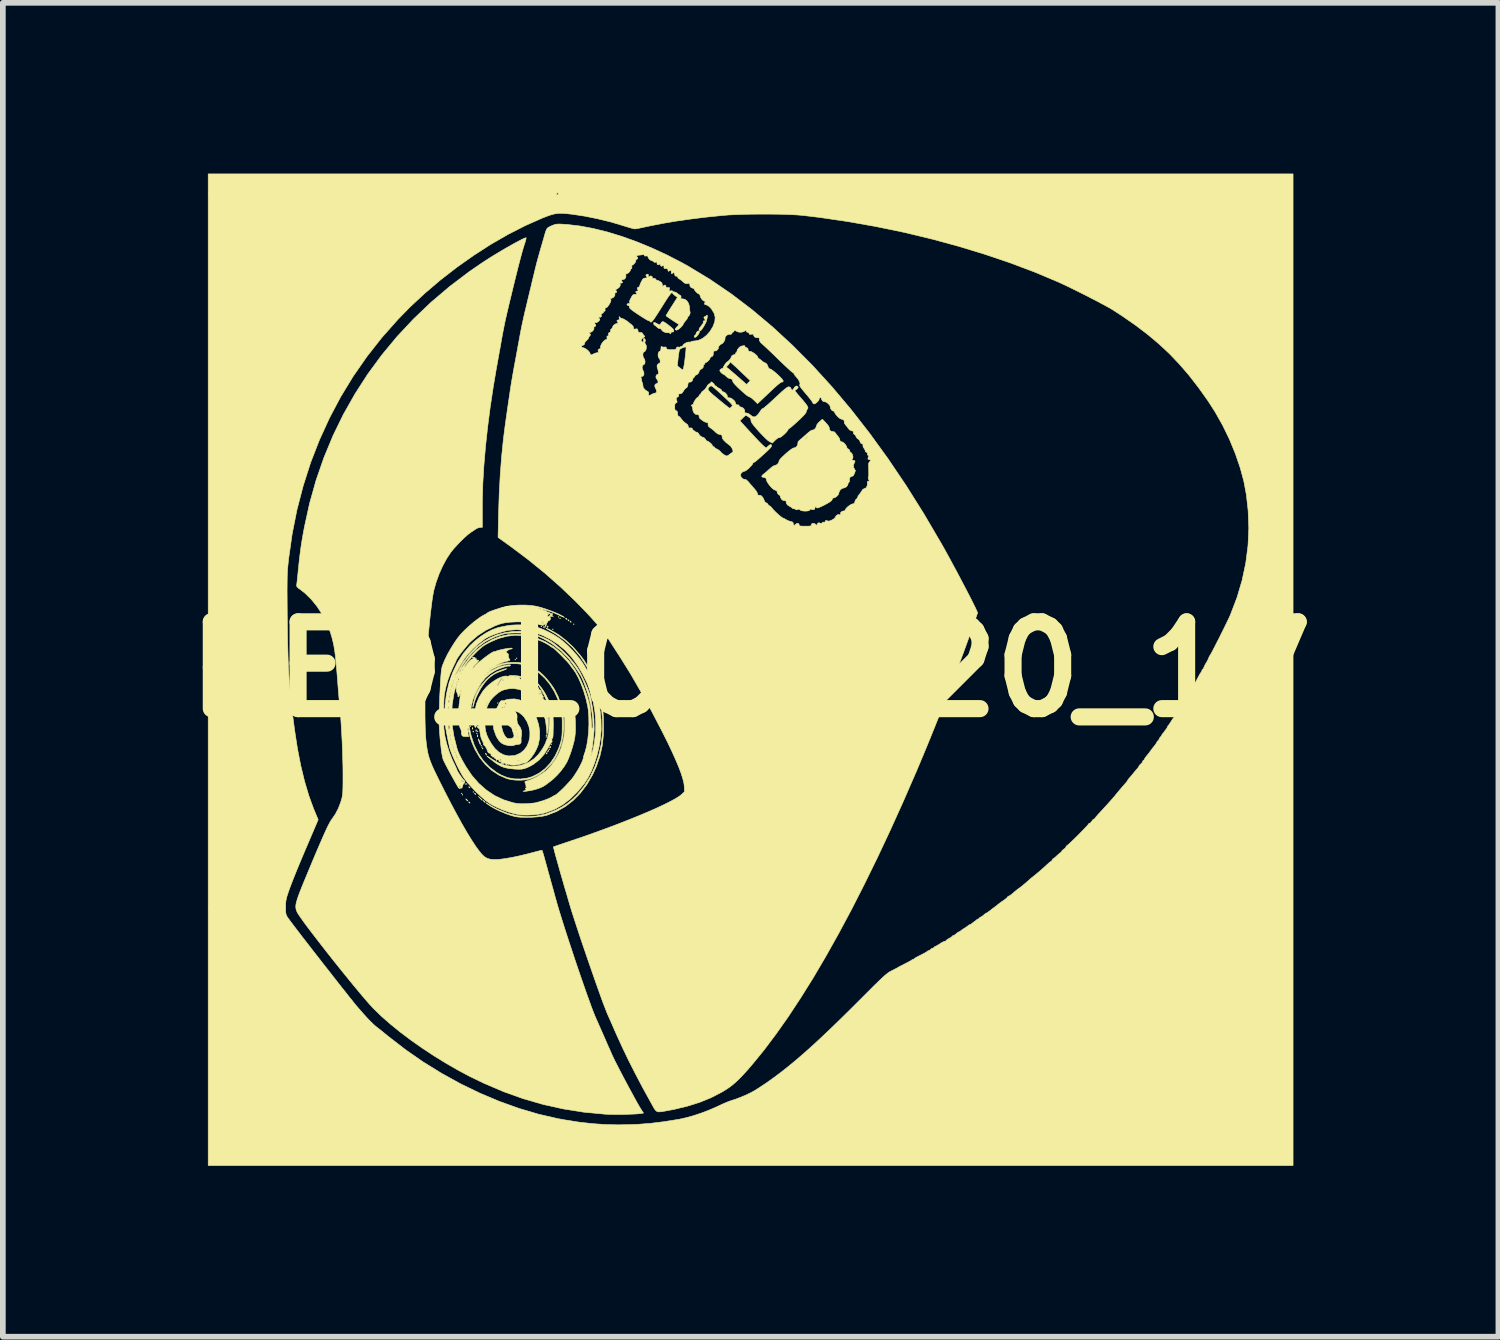
<source format=kicad_pcb>
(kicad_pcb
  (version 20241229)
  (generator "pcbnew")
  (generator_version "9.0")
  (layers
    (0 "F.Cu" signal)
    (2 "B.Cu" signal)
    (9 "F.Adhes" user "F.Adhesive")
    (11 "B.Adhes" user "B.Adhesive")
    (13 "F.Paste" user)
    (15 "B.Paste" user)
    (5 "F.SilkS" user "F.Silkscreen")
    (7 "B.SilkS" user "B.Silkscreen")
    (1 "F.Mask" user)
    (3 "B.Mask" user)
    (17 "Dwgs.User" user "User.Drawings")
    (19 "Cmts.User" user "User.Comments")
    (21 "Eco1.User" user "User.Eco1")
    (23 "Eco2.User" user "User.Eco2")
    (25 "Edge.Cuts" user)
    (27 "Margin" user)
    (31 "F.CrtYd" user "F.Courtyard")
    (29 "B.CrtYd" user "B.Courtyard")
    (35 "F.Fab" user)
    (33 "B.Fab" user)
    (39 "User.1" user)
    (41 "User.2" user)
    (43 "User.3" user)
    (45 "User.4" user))
  (footprint "RED_LOGO_20_17"
    (layer "F.Cu")
    (at 10.131 8.704)
    (property "Reference" "RED_LOGO_20_17" (at 0 0 0) (layer "F.SilkS") (effects (font (size 1.524 1.524) (thickness 0.3))))
    (attr through_hole)
    (fp_poly (pts (xy -5.067 2.178) (xy -5.074 2.184) (xy -5.08 2.178) (xy -5.074 2.172) (xy -5.067 2.178)) (stroke (width 0.01) (type solid)) (fill yes) (layer "F.SilkS"))
    (fp_poly (pts (xy -5.055 2.203) (xy -5.061 2.21) (xy -5.067 2.203) (xy -5.061 2.197) (xy -5.055 2.203)) (stroke (width 0.01) (type solid)) (fill yes) (layer "F.SilkS"))
    (fp_poly (pts (xy -5.004 2.013) (xy -5.01 2.019) (xy -5.016 2.013) (xy -5.01 2.007) (xy -5.004 2.013)) (stroke (width 0.01) (type solid)) (fill yes) (layer "F.SilkS"))
    (fp_poly (pts (xy -4.978 2.013) (xy -4.985 2.019) (xy -4.991 2.013) (xy -4.985 2.007) (xy -4.978 2.013)) (stroke (width 0.01) (type solid)) (fill yes) (layer "F.SilkS"))
    (fp_poly (pts (xy -4.915 0.997) (xy -4.921 1.003) (xy -4.928 0.997) (xy -4.921 0.991) (xy -4.915 0.997)) (stroke (width 0.01) (type solid)) (fill yes) (layer "F.SilkS"))
    (fp_poly (pts (xy -4.889 0.972) (xy -4.896 0.978) (xy -4.902 0.972) (xy -4.896 0.965) (xy -4.889 0.972)) (stroke (width 0.01) (type solid)) (fill yes) (layer "F.SilkS"))
    (fp_poly (pts (xy -4.864 2.153) (xy -4.87 2.159) (xy -4.877 2.153) (xy -4.87 2.146) (xy -4.864 2.153)) (stroke (width 0.01) (type solid)) (fill yes) (layer "F.SilkS"))
    (fp_poly (pts (xy -4.801 1.124) (xy -4.807 1.13) (xy -4.813 1.124) (xy -4.807 1.118) (xy -4.801 1.124)) (stroke (width 0.01) (type solid)) (fill yes) (layer "F.SilkS"))
    (fp_poly (pts (xy -4.788 1.086) (xy -4.794 1.092) (xy -4.801 1.086) (xy -4.794 1.079) (xy -4.788 1.086)) (stroke (width 0.01) (type solid)) (fill yes) (layer "F.SilkS"))
    (fp_poly (pts (xy -4.724 1.34) (xy -4.731 1.346) (xy -4.737 1.34) (xy -4.731 1.333) (xy -4.724 1.34)) (stroke (width 0.01) (type solid)) (fill yes) (layer "F.SilkS"))
    (fp_poly (pts (xy -4.712 1.365) (xy -4.718 1.372) (xy -4.724 1.365) (xy -4.718 1.359) (xy -4.712 1.365)) (stroke (width 0.01) (type solid)) (fill yes) (layer "F.SilkS"))
    (fp_poly (pts (xy -4.699 1.391) (xy -4.705 1.397) (xy -4.712 1.391) (xy -4.705 1.384) (xy -4.699 1.391)) (stroke (width 0.01) (type solid)) (fill yes) (layer "F.SilkS"))
    (fp_poly (pts (xy -4.432 0.591) (xy -4.439 0.597) (xy -4.445 0.591) (xy -4.439 0.584) (xy -4.432 0.591)) (stroke (width 0.01) (type solid)) (fill yes) (layer "F.SilkS"))
    (fp_poly (pts (xy -4.128 -0.171) (xy -4.134 -0.165) (xy -4.14 -0.171) (xy -4.134 -0.178) (xy -4.128 -0.171)) (stroke (width 0.01) (type solid)) (fill yes) (layer "F.SilkS"))
    (fp_poly (pts (xy -4.102 -0.197) (xy -4.108 -0.191) (xy -4.115 -0.197) (xy -4.108 -0.203) (xy -4.102 -0.197)) (stroke (width 0.01) (type solid)) (fill yes) (layer "F.SilkS"))
    (fp_poly (pts (xy -3.95 0.184) (xy -3.956 0.191) (xy -3.962 0.184) (xy -3.956 0.178) (xy -3.95 0.184)) (stroke (width 0.01) (type solid)) (fill yes) (layer "F.SilkS"))
    (fp_poly (pts (xy -3.924 0.197) (xy -3.931 0.203) (xy -3.937 0.197) (xy -3.931 0.191) (xy -3.924 0.197)) (stroke (width 0.01) (type solid)) (fill yes) (layer "F.SilkS"))
    (fp_poly (pts (xy -3.67 -0.756) (xy -3.677 -0.749) (xy -3.683 -0.756) (xy -3.677 -0.762) (xy -3.67 -0.756)) (stroke (width 0.01) (type solid)) (fill yes) (layer "F.SilkS"))
    (fp_poly (pts (xy -3.632 -0.743) (xy -3.639 -0.737) (xy -3.645 -0.743) (xy -3.639 -0.749) (xy -3.632 -0.743)) (stroke (width 0.01) (type solid)) (fill yes) (layer "F.SilkS"))
    (fp_poly (pts (xy -3.607 -0.73) (xy -3.613 -0.724) (xy -3.619 -0.73) (xy -3.613 -0.737) (xy -3.607 -0.73)) (stroke (width 0.01) (type solid)) (fill yes) (layer "F.SilkS"))
    (fp_poly (pts (xy -3.581 1.162) (xy -3.588 1.168) (xy -3.594 1.162) (xy -3.588 1.156) (xy -3.581 1.162)) (stroke (width 0.01) (type solid)) (fill yes) (layer "F.SilkS"))
    (fp_poly (pts (xy -3.581 1.187) (xy -3.588 1.194) (xy -3.594 1.187) (xy -3.588 1.181) (xy -3.581 1.187)) (stroke (width 0.01) (type solid)) (fill yes) (layer "F.SilkS"))
    (fp_poly (pts (xy -3.531 1.403) (xy -3.537 1.41) (xy -3.543 1.403) (xy -3.537 1.397) (xy -3.531 1.403)) (stroke (width 0.01) (type solid)) (fill yes) (layer "F.SilkS"))
    (fp_poly (pts (xy -3.493 1.314) (xy -3.499 1.321) (xy -3.505 1.314) (xy -3.499 1.308) (xy -3.493 1.314)) (stroke (width 0.01) (type solid)) (fill yes) (layer "F.SilkS"))
    (fp_poly (pts (xy -3.467 -0.705) (xy -3.473 -0.699) (xy -3.48 -0.705) (xy -3.473 -0.711) (xy -3.467 -0.705)) (stroke (width 0.01) (type solid)) (fill yes) (layer "F.SilkS"))
    (fp_poly (pts (xy -3.365 -0.921) (xy -3.372 -0.914) (xy -3.378 -0.921) (xy -3.372 -0.927) (xy -3.365 -0.921)) (stroke (width 0.01) (type solid)) (fill yes) (layer "F.SilkS"))
    (fp_poly (pts (xy -3.34 -0.895) (xy -3.346 -0.889) (xy -3.353 -0.895) (xy -3.346 -0.902) (xy -3.34 -0.895)) (stroke (width 0.01) (type solid)) (fill yes) (layer "F.SilkS"))
    (fp_poly (pts (xy -3.277 0.705) (xy -3.283 0.711) (xy -3.289 0.705) (xy -3.283 0.699) (xy -3.277 0.705)) (stroke (width 0.01) (type solid)) (fill yes) (layer "F.SilkS"))
    (fp_poly (pts (xy -3.099 -0.794) (xy -3.105 -0.787) (xy -3.111 -0.794) (xy -3.105 -0.8) (xy -3.099 -0.794)) (stroke (width 0.01) (type solid)) (fill yes) (layer "F.SilkS"))
    (fp_poly (pts (xy -4.881 0.695) (xy -4.879 0.721) (xy -4.881 0.727) (xy -4.886 0.729) (xy -4.887 0.711) (xy -4.885 0.693) (xy -4.881 0.695)) (stroke (width 0.01) (type solid)) (fill yes) (layer "F.SilkS"))
    (fp_poly (pts (xy -4.881 1.026) (xy -4.879 1.046) (xy -4.882 1.051) (xy -4.888 1.047) (xy -4.888 1.034) (xy -4.885 1.02) (xy -4.881 1.026)) (stroke (width 0.01) (type solid)) (fill yes) (layer "F.SilkS"))
    (fp_poly (pts (xy -4.868 1.084) (xy -4.867 1.099) (xy -4.868 1.101) (xy -4.876 1.099) (xy -4.877 1.092) (xy -4.872 1.082) (xy -4.868 1.084)) (stroke (width 0.01) (type solid)) (fill yes) (layer "F.SilkS"))
    (fp_poly (pts (xy -4.817 1.064) (xy -4.816 1.084) (xy -4.818 1.089) (xy -4.824 1.085) (xy -4.825 1.072) (xy -4.822 1.059) (xy -4.817 1.064)) (stroke (width 0.01) (type solid)) (fill yes) (layer "F.SilkS"))
    (fp_poly (pts (xy -4.792 1.153) (xy -4.791 1.179) (xy -4.792 1.184) (xy -4.797 1.186) (xy -4.799 1.168) (xy -4.797 1.15) (xy -4.792 1.153)) (stroke (width 0.01) (type solid)) (fill yes) (layer "F.SilkS"))
    (fp_poly (pts (xy -4.942 2.063) (xy -4.929 2.074) (xy -4.928 2.077) (xy -4.934 2.082) (xy -4.946 2.071) (xy -4.948 2.068) (xy -4.949 2.059) (xy -4.942 2.063)) (stroke (width 0.01) (type solid)) (fill yes) (layer "F.SilkS"))
    (fp_poly (pts (xy -4.942 2.329) (xy -4.929 2.342) (xy -4.931 2.349) (xy -4.933 2.349) (xy -4.944 2.34) (xy -4.948 2.335) (xy -4.949 2.326) (xy -4.942 2.329)) (stroke (width 0.01) (type solid)) (fill yes) (layer "F.SilkS"))
    (fp_poly (pts (xy -4.841 2.177) (xy -4.827 2.19) (xy -4.83 2.197) (xy -4.832 2.197) (xy -4.842 2.188) (xy -4.846 2.182) (xy -4.848 2.174) (xy -4.841 2.177)) (stroke (width 0.01) (type solid)) (fill yes) (layer "F.SilkS"))
    (fp_poly (pts (xy -4.65 1.478) (xy -4.637 1.491) (xy -4.639 1.498) (xy -4.641 1.499) (xy -4.652 1.49) (xy -4.656 1.484) (xy -4.657 1.475) (xy -4.65 1.478)) (stroke (width 0.01) (type solid)) (fill yes) (layer "F.SilkS"))
    (fp_poly (pts (xy -3.511 1.355) (xy -3.513 1.365) (xy -3.523 1.382) (xy -3.53 1.379) (xy -3.531 1.372) (xy -3.521 1.355) (xy -3.518 1.353) (xy -3.511 1.355)) (stroke (width 0.01) (type solid)) (fill yes) (layer "F.SilkS"))
    (fp_poly (pts (xy -3.24 -0.897) (xy -3.227 -0.884) (xy -3.23 -0.876) (xy -3.231 -0.876) (xy -3.242 -0.885) (xy -3.246 -0.891) (xy -3.248 -0.9) (xy -3.24 -0.897)) (stroke (width 0.01) (type solid)) (fill yes) (layer "F.SilkS"))
    (fp_poly (pts (xy -3.202 -0.871) (xy -3.189 -0.858) (xy -3.192 -0.851) (xy -3.193 -0.851) (xy -3.204 -0.86) (xy -3.208 -0.866) (xy -3.209 -0.874) (xy -3.202 -0.871)) (stroke (width 0.01) (type solid)) (fill yes) (layer "F.SilkS"))
    (fp_poly (pts (xy -3.164 -0.846) (xy -3.151 -0.833) (xy -3.153 -0.826) (xy -3.155 -0.826) (xy -3.166 -0.835) (xy -3.17 -0.84) (xy -3.171 -0.849) (xy -3.164 -0.846)) (stroke (width 0.01) (type solid)) (fill yes) (layer "F.SilkS"))
    (fp_poly (pts (xy -4.997 2.277) (xy -4.988 2.284) (xy -4.97 2.3) (xy -4.966 2.307) (xy -4.972 2.31) (xy -4.989 2.294) (xy -4.993 2.289) (xy -5.004 2.274) (xy -4.997 2.277)) (stroke (width 0.01) (type solid)) (fill yes) (layer "F.SilkS"))
    (fp_poly (pts (xy -4.747 2.26) (xy -4.72 2.284) (xy -4.712 2.297) (xy -4.716 2.299) (xy -4.726 2.29) (xy -4.746 2.269) (xy -4.751 2.264) (xy -4.782 2.229) (xy -4.747 2.26)) (stroke (width 0.01) (type solid)) (fill yes) (layer "F.SilkS"))
    (fp_poly (pts (xy -4.692 2.303) (xy -4.683 2.31) (xy -4.666 2.325) (xy -4.661 2.332) (xy -4.667 2.336) (xy -4.684 2.319) (xy -4.688 2.315) (xy -4.699 2.3) (xy -4.692 2.303)) (stroke (width 0.01) (type solid)) (fill yes) (layer "F.SilkS"))
    (fp_poly (pts (xy -3.573 1.469) (xy -3.575 1.473) (xy -3.587 1.485) (xy -3.589 1.486) (xy -3.59 1.478) (xy -3.588 1.473) (xy -3.576 1.461) (xy -3.574 1.46) (xy -3.573 1.469)) (stroke (width 0.01) (type solid)) (fill yes) (layer "F.SilkS"))
    (fp_poly (pts (xy -3.556 -0.752) (xy -3.556 -0.749) (xy -3.566 -0.737) (xy -3.569 -0.737) (xy -3.577 -0.744) (xy -3.575 -0.749) (xy -3.564 -0.761) (xy -3.562 -0.762) (xy -3.556 -0.752)) (stroke (width 0.01) (type solid)) (fill yes) (layer "F.SilkS"))
    (fp_poly (pts (xy -3.547 1.431) (xy -3.55 1.435) (xy -3.562 1.447) (xy -3.564 1.448) (xy -3.565 1.44) (xy -3.562 1.435) (xy -3.55 1.423) (xy -3.548 1.422) (xy -3.547 1.431)) (stroke (width 0.01) (type solid)) (fill yes) (layer "F.SilkS"))
    (fp_poly (pts (xy -4.779 1.224) (xy -4.778 1.226) (xy -4.767 1.243) (xy -4.756 1.271) (xy -4.746 1.298) (xy -4.743 1.317) (xy -4.744 1.321) (xy -4.753 1.31) (xy -4.763 1.286) (xy -4.778 1.246) (xy -4.784 1.225) (xy -4.784 1.22) (xy -4.779 1.224)) (stroke (width 0.01) (type solid)) (fill yes) (layer "F.SilkS"))
    (fp_poly (pts (xy -0.898 -5.936) (xy -0.902 -5.912) (xy -0.923 -5.876) (xy -0.95 -5.845) (xy -0.973 -5.83) (xy -0.987 -5.833) (xy -0.991 -5.847) (xy -0.98 -5.866) (xy -0.971 -5.872) (xy -0.957 -5.884) (xy -0.958 -5.892) (xy -0.956 -5.908) (xy -0.941 -5.928) (xy -0.921 -5.942) (xy -0.914 -5.944) (xy -0.898 -5.936)) (stroke (width 0.01) (type solid)) (fill yes) (layer "F.SilkS"))
    (fp_poly (pts (xy -4.284 -0.009) (xy -4.304 0.002) (xy -4.346 0.018) (xy -4.368 0.026) (xy -4.447 0.056) (xy -4.509 0.088) (xy -4.565 0.128) (xy -4.624 0.181) (xy -4.64 0.198) (xy -4.685 0.253) (xy -4.733 0.324) (xy -4.778 0.404) (xy -4.817 0.486) (xy -4.846 0.561) (xy -4.854 0.591) (xy -4.864 0.629) (xy -4.874 0.657) (xy -4.878 0.665) (xy -4.88 0.66) (xy -4.877 0.635) (xy -4.869 0.595) (xy -4.868 0.589) (xy -4.843 0.492) (xy -4.812 0.412) (xy -4.774 0.34) (xy -4.731 0.277) (xy -4.645 0.178) (xy -4.555 0.1) (xy -4.456 0.042) (xy -4.357 0.005) (xy -4.31 -0.008) (xy -4.286 -0.012) (xy -4.284 -0.009)) (stroke (width 0.01) (type solid)) (fill yes) (layer "F.SilkS"))
    (fp_poly (pts (xy -0.76 -6.208) (xy -0.762 -6.182) (xy -0.768 -6.149) (xy -0.777 -6.115) (xy -0.788 -6.086) (xy -0.791 -6.081) (xy -0.827 -6.016) (xy -0.856 -5.973) (xy -0.876 -5.949) (xy -0.892 -5.944) (xy -0.903 -5.955) (xy -0.906 -5.962) (xy -0.903 -5.982) (xy -0.886 -6.009) (xy -0.882 -6.013) (xy -0.861 -6.038) (xy -0.851 -6.057) (xy -0.851 -6.059) (xy -0.841 -6.07) (xy -0.837 -6.071) (xy -0.83 -6.08) (xy -0.832 -6.096) (xy -0.833 -6.116) (xy -0.815 -6.121) (xy -0.813 -6.121) (xy -0.796 -6.123) (xy -0.795 -6.133) (xy -0.808 -6.153) (xy -0.821 -6.176) (xy -0.818 -6.187) (xy -0.805 -6.193) (xy -0.78 -6.207) (xy -0.772 -6.216) (xy -0.763 -6.221) (xy -0.76 -6.208)) (stroke (width 0.01) (type solid)) (fill yes) (layer "F.SilkS"))
    (fp_poly (pts (xy -1.51 -6.094) (xy -1.472 -6.067) (xy -1.446 -6.048) (xy -1.396 -6.008) (xy -1.365 -5.979) (xy -1.351 -5.956) (xy -1.349 -5.946) (xy -1.354 -5.926) (xy -1.371 -5.924) (xy -1.373 -5.925) (xy -1.393 -5.925) (xy -1.397 -5.913) (xy -1.404 -5.895) (xy -1.41 -5.893) (xy -1.422 -5.903) (xy -1.422 -5.906) (xy -1.432 -5.914) (xy -1.447 -5.912) (xy -1.475 -5.911) (xy -1.51 -5.921) (xy -1.541 -5.937) (xy -1.56 -5.955) (xy -1.562 -5.962) (xy -1.573 -5.978) (xy -1.592 -5.982) (xy -1.62 -5.991) (xy -1.648 -6.013) (xy -1.649 -6.013) (xy -1.671 -6.035) (xy -1.688 -6.045) (xy -1.689 -6.045) (xy -1.699 -6.056) (xy -1.702 -6.071) (xy -1.701 -6.088) (xy -1.694 -6.094) (xy -1.675 -6.087) (xy -1.643 -6.07) (xy -1.611 -6.054) (xy -1.594 -6.053) (xy -1.586 -6.06) (xy -1.569 -6.089) (xy -1.554 -6.104) (xy -1.536 -6.106) (xy -1.51 -6.094)) (stroke (width 0.01) (type solid)) (fill yes) (layer "F.SilkS"))
    (fp_poly (pts (xy -3.725 0.262) (xy -3.674 0.323) (xy -3.624 0.397) (xy -3.592 0.452) (xy -3.541 0.555) (xy -3.506 0.647) (xy -3.482 0.737) (xy -3.469 0.833) (xy -3.465 0.943) (xy -3.465 0.984) (xy -3.467 1.067) (xy -3.468 1.128) (xy -3.47 1.17) (xy -3.473 1.196) (xy -3.477 1.208) (xy -3.482 1.211) (xy -3.485 1.21) (xy -3.491 1.215) (xy -3.49 1.24) (xy -3.489 1.246) (xy -3.486 1.27) (xy -3.487 1.276) (xy -3.488 1.274) (xy -3.496 1.278) (xy -3.512 1.301) (xy -3.534 1.339) (xy -3.553 1.374) (xy -3.626 1.492) (xy -3.713 1.59) (xy -3.814 1.667) (xy -3.856 1.692) (xy -3.917 1.722) (xy -3.968 1.741) (xy -4.017 1.752) (xy -4.073 1.754) (xy -4.143 1.751) (xy -4.163 1.749) (xy -4.253 1.739) (xy -4.327 1.723) (xy -4.393 1.696) (xy -4.46 1.657) (xy -4.53 1.605) (xy -4.573 1.571) (xy -4.608 1.543) (xy -4.63 1.524) (xy -4.636 1.518) (xy -4.626 1.522) (xy -4.6 1.538) (xy -4.563 1.563) (xy -4.543 1.576) (xy -4.428 1.642) (xy -4.314 1.684) (xy -4.2 1.701) (xy -4.085 1.694) (xy -4.009 1.677) (xy -3.903 1.635) (xy -3.809 1.574) (xy -3.734 1.502) (xy -3.695 1.453) (xy -3.657 1.397) (xy -3.624 1.341) (xy -3.601 1.293) (xy -3.592 1.264) (xy -3.584 1.239) (xy -3.578 1.231) (xy -3.569 1.214) (xy -3.563 1.186) (xy -3.559 1.16) (xy -3.556 1.149) (xy -3.552 1.137) (xy -3.547 1.102) (xy -3.542 1.047) (xy -3.536 0.976) (xy -3.535 0.969) (xy -3.533 0.92) (xy -3.532 0.876) (xy -3.535 0.829) (xy -3.54 0.776) (xy -3.549 0.709) (xy -3.563 0.623) (xy -3.564 0.617) (xy -3.576 0.571) (xy -3.599 0.512) (xy -3.63 0.445) (xy -3.665 0.377) (xy -3.701 0.315) (xy -3.735 0.266) (xy -3.736 0.265) (xy -3.799 0.184) (xy -3.725 0.262)) (stroke (width 0.01) (type solid)) (fill yes) (layer "F.SilkS"))
    (fp_poly (pts (xy -3.098 0.746) (xy -3.097 0.749) (xy -3.089 0.783) (xy -3.082 0.836) (xy -3.078 0.903) (xy -3.076 0.976) (xy -3.076 1.051) (xy -3.079 1.12) (xy -3.085 1.179) (xy -3.085 1.182) (xy -3.101 1.265) (xy -3.127 1.361) (xy -3.158 1.46) (xy -3.193 1.553) (xy -3.224 1.624) (xy -3.267 1.696) (xy -3.324 1.774) (xy -3.39 1.851) (xy -3.458 1.918) (xy -3.505 1.957) (xy -3.546 1.988) (xy -3.579 2.013) (xy -3.599 2.029) (xy -3.602 2.03) (xy -3.646 2.058) (xy -3.708 2.085) (xy -3.78 2.109) (xy -3.857 2.127) (xy -3.929 2.138) (xy -3.932 2.139) (xy -3.975 2.142) (xy -3.995 2.142) (xy -3.994 2.139) (xy -3.977 2.133) (xy -3.95 2.122) (xy -3.944 2.111) (xy -3.95 2.101) (xy -3.958 2.087) (xy -3.944 2.083) (xy -3.942 2.083) (xy -3.927 2.08) (xy -3.935 2.072) (xy -3.935 2.071) (xy -3.947 2.056) (xy -3.946 2.048) (xy -3.946 2.03) (xy -3.956 2.003) (xy -3.965 1.981) (xy -3.962 1.97) (xy -3.941 1.961) (xy -3.92 1.956) (xy -3.86 1.936) (xy -3.788 1.903) (xy -3.713 1.862) (xy -3.643 1.817) (xy -3.586 1.773) (xy -3.582 1.769) (xy -3.497 1.679) (xy -3.421 1.572) (xy -3.36 1.458) (xy -3.329 1.378) (xy -3.299 1.275) (xy -3.279 1.183) (xy -3.268 1.091) (xy -3.265 0.99) (xy -3.266 0.918) (xy -3.267 0.848) (xy -3.267 0.832) (xy -3.137 0.832) (xy -3.131 0.838) (xy -3.124 0.832) (xy -3.131 0.826) (xy -3.137 0.832) (xy -3.267 0.832) (xy -3.266 0.802) (xy -3.264 0.78) (xy -3.259 0.783) (xy -3.259 0.784) (xy -3.25 0.81) (xy -3.246 0.822) (xy -3.232 0.822) (xy -3.205 0.815) (xy -3.176 0.803) (xy -3.155 0.792) (xy -3.15 0.785) (xy -3.143 0.78) (xy -3.131 0.787) (xy -3.118 0.794) (xy -3.112 0.784) (xy -3.111 0.76) (xy -3.11 0.733) (xy -3.106 0.729) (xy -3.098 0.746)) (stroke (width 0.01) (type solid)) (fill yes) (layer "F.SilkS"))
    (fp_poly (pts (xy -3.558 -0.711) (xy -3.521 -0.694) (xy -3.51 -0.689) (xy -3.373 -0.609) (xy -3.239 -0.506) (xy -3.11 -0.384) (xy -2.99 -0.245) (xy -2.933 -0.171) (xy -2.848 -0.037) (xy -2.77 0.115) (xy -2.702 0.276) (xy -2.648 0.44) (xy -2.636 0.487) (xy -2.621 0.547) (xy -2.61 0.6) (xy -2.601 0.652) (xy -2.595 0.708) (xy -2.59 0.774) (xy -2.586 0.856) (xy -2.583 0.927) (xy -2.584 1.138) (xy -2.605 1.337) (xy -2.647 1.525) (xy -2.71 1.709) (xy -2.776 1.853) (xy -2.875 2.022) (xy -2.988 2.171) (xy -3.114 2.3) (xy -3.253 2.408) (xy -3.404 2.494) (xy -3.566 2.557) (xy -3.594 2.566) (xy -3.661 2.58) (xy -3.744 2.59) (xy -3.838 2.597) (xy -3.933 2.599) (xy -4.023 2.598) (xy -4.099 2.591) (xy -4.136 2.585) (xy -4.215 2.563) (xy -4.305 2.531) (xy -4.398 2.492) (xy -4.485 2.45) (xy -4.557 2.409) (xy -4.56 2.407) (xy -4.6 2.38) (xy -4.631 2.358) (xy -4.647 2.345) (xy -4.648 2.343) (xy -4.639 2.345) (xy -4.615 2.359) (xy -4.59 2.376) (xy -4.551 2.4) (xy -4.498 2.429) (xy -4.441 2.457) (xy -4.424 2.465) (xy -4.257 2.53) (xy -4.09 2.57) (xy -3.923 2.584) (xy -3.758 2.574) (xy -3.596 2.539) (xy -3.437 2.478) (xy -3.431 2.476) (xy -3.318 2.418) (xy -3.223 2.357) (xy -3.136 2.287) (xy -3.049 2.203) (xy -3.045 2.199) (xy -2.924 2.051) (xy -2.82 1.888) (xy -2.736 1.711) (xy -2.671 1.523) (xy -2.626 1.327) (xy -2.602 1.124) (xy -2.599 0.918) (xy -2.617 0.709) (xy -2.658 0.502) (xy -2.659 0.495) (xy -2.679 0.423) (xy -2.7 0.351) (xy -2.721 0.282) (xy -2.74 0.225) (xy -2.756 0.183) (xy -2.762 0.17) (xy -2.775 0.142) (xy -2.781 0.125) (xy -2.781 0.125) (xy -2.788 0.109) (xy -2.805 0.076) (xy -2.831 0.031) (xy -2.863 -0.022) (xy -2.898 -0.079) (xy -2.932 -0.134) (xy -2.965 -0.184) (xy -2.992 -0.224) (xy -3.004 -0.241) (xy -3.129 -0.386) (xy -3.269 -0.513) (xy -3.429 -0.625) (xy -3.546 -0.692) (xy -3.578 -0.71) (xy -3.59 -0.719) (xy -3.582 -0.72) (xy -3.558 -0.711)) (stroke (width 0.01) (type solid)) (fill yes) (layer "F.SilkS"))
    (fp_poly (pts (xy -0.105 -5.683) (xy -0.102 -5.673) (xy -0.091 -5.656) (xy -0.073 -5.649) (xy -0.05 -5.638) (xy -0.044 -5.613) (xy -0.039 -5.59) (xy -0.02 -5.584) (xy -0.014 -5.585) (xy 0.012 -5.579) (xy 0.046 -5.56) (xy 0.082 -5.535) (xy 0.111 -5.508) (xy 0.126 -5.484) (xy 0.127 -5.479) (xy 0.133 -5.463) (xy 0.137 -5.461) (xy 0.152 -5.453) (xy 0.178 -5.434) (xy 0.191 -5.423) (xy 0.219 -5.4) (xy 0.242 -5.386) (xy 0.248 -5.385) (xy 0.271 -5.374) (xy 0.293 -5.347) (xy 0.306 -5.314) (xy 0.307 -5.31) (xy 0.319 -5.284) (xy 0.338 -5.277) (xy 0.361 -5.267) (xy 0.394 -5.244) (xy 0.435 -5.211) (xy 0.477 -5.174) (xy 0.517 -5.135) (xy 0.549 -5.101) (xy 0.568 -5.074) (xy 0.572 -5.064) (xy 0.566 -5.046) (xy 0.551 -5.047) (xy 0.537 -5.043) (xy 0.51 -5.025) (xy 0.469 -4.992) (xy 0.414 -4.942) (xy 0.342 -4.875) (xy 0.326 -4.86) (xy 0.121 -4.666) (xy 0.059 -4.727) (xy 0.024 -4.758) (xy -0.007 -4.78) (xy -0.027 -4.788) (xy -0.045 -4.796) (xy -0.077 -4.819) (xy -0.117 -4.853) (xy -0.162 -4.893) (xy -0.208 -4.935) (xy -0.25 -4.976) (xy -0.284 -5.013) (xy -0.306 -5.04) (xy -0.312 -5.052) (xy -0.321 -5.087) (xy -0.348 -5.104) (xy -0.362 -5.105) (xy -0.39 -5.115) (xy -0.422 -5.138) (xy -0.428 -5.144) (xy -0.453 -5.167) (xy -0.473 -5.181) (xy -0.477 -5.182) (xy -0.495 -5.19) (xy -0.518 -5.211) (xy -0.52 -5.213) (xy -0.539 -5.237) (xy -0.54 -5.254) (xy -0.534 -5.264) (xy -0.512 -5.28) (xy -0.5 -5.283) (xy -0.484 -5.291) (xy -0.483 -5.296) (xy -0.477 -5.311) (xy -0.43 -5.311) (xy -0.383 -5.274) (xy -0.356 -5.251) (xy -0.315 -5.216) (xy -0.265 -5.173) (xy -0.212 -5.127) (xy -0.204 -5.12) (xy -0.071 -5.003) (xy -0.039 -5.036) (xy -0.006 -5.069) (xy -0.178 -5.233) (xy -0.232 -5.285) (xy -0.281 -5.33) (xy -0.32 -5.365) (xy -0.347 -5.389) (xy -0.359 -5.397) (xy -0.359 -5.397) (xy -0.368 -5.388) (xy -0.368 -5.383) (xy -0.377 -5.365) (xy -0.398 -5.341) (xy -0.399 -5.34) (xy -0.43 -5.311) (xy -0.477 -5.311) (xy -0.476 -5.314) (xy -0.459 -5.343) (xy -0.439 -5.372) (xy -0.422 -5.392) (xy -0.417 -5.395) (xy -0.395 -5.411) (xy -0.37 -5.435) (xy -0.35 -5.46) (xy -0.343 -5.477) (xy -0.332 -5.504) (xy -0.305 -5.522) (xy -0.29 -5.524) (xy -0.27 -5.533) (xy -0.267 -5.544) (xy -0.26 -5.56) (xy -0.254 -5.563) (xy -0.243 -5.573) (xy -0.241 -5.586) (xy -0.232 -5.612) (xy -0.211 -5.642) (xy -0.184 -5.666) (xy -0.161 -5.677) (xy -0.16 -5.677) (xy -0.132 -5.681) (xy -0.122 -5.685) (xy -0.105 -5.683)) (stroke (width 0.01) (type solid)) (fill yes) (layer "F.SilkS"))
    (fp_poly (pts (xy -1.794 -6.929) (xy -1.796 -6.914) (xy -1.795 -6.894) (xy -1.79 -6.889) (xy -1.779 -6.891) (xy -1.778 -6.895) (xy -1.767 -6.906) (xy -1.753 -6.909) (xy -1.731 -6.9) (xy -1.727 -6.885) (xy -1.721 -6.867) (xy -1.702 -6.867) (xy -1.677 -6.864) (xy -1.669 -6.853) (xy -1.654 -6.835) (xy -1.644 -6.833) (xy -1.623 -6.827) (xy -1.592 -6.812) (xy -1.589 -6.81) (xy -1.559 -6.787) (xy -1.55 -6.757) (xy -1.549 -6.752) (xy -1.548 -6.728) (xy -1.541 -6.726) (xy -1.529 -6.737) (xy -1.506 -6.75) (xy -1.49 -6.74) (xy -1.486 -6.719) (xy -1.48 -6.703) (xy -1.46 -6.702) (xy -1.452 -6.703) (xy -1.429 -6.705) (xy -1.423 -6.695) (xy -1.428 -6.674) (xy -1.432 -6.65) (xy -1.423 -6.643) (xy -1.404 -6.647) (xy -1.379 -6.649) (xy -1.372 -6.642) (xy -1.361 -6.632) (xy -1.342 -6.629) (xy -1.311 -6.62) (xy -1.289 -6.604) (xy -1.262 -6.582) (xy -1.242 -6.571) (xy -1.223 -6.557) (xy -1.223 -6.533) (xy -1.224 -6.512) (xy -1.211 -6.505) (xy -1.191 -6.506) (xy -1.152 -6.497) (xy -1.117 -6.469) (xy -1.09 -6.426) (xy -1.075 -6.375) (xy -1.073 -6.352) (xy -1.071 -6.314) (xy -1.066 -6.285) (xy -1.064 -6.279) (xy -1.062 -6.259) (xy -1.07 -6.232) (xy -1.083 -6.208) (xy -1.095 -6.198) (xy -1.104 -6.187) (xy -1.105 -6.18) (xy -1.113 -6.16) (xy -1.133 -6.132) (xy -1.143 -6.121) (xy -1.166 -6.093) (xy -1.18 -6.071) (xy -1.181 -6.065) (xy -1.19 -6.049) (xy -1.211 -6.022) (xy -1.229 -6.003) (xy -1.272 -5.968) (xy -1.304 -5.956) (xy -1.325 -5.965) (xy -1.323 -5.978) (xy -1.306 -6.002) (xy -1.295 -6.014) (xy -1.256 -6.054) (xy -1.371 -6.129) (xy -1.417 -6.16) (xy -1.455 -6.186) (xy -1.479 -6.204) (xy -1.486 -6.21) (xy -1.479 -6.223) (xy -1.461 -6.253) (xy -1.435 -6.296) (xy -1.402 -6.349) (xy -1.385 -6.375) (xy -1.285 -6.533) (xy -1.328 -6.564) (xy -1.355 -6.586) (xy -1.37 -6.603) (xy -1.372 -6.606) (xy -1.376 -6.619) (xy -1.389 -6.613) (xy -1.411 -6.589) (xy -1.443 -6.546) (xy -1.486 -6.482) (xy -1.54 -6.396) (xy -1.562 -6.361) (xy -1.618 -6.272) (xy -1.663 -6.203) (xy -1.697 -6.152) (xy -1.723 -6.119) (xy -1.741 -6.101) (xy -1.754 -6.096) (xy -1.761 -6.104) (xy -1.762 -6.106) (xy -1.778 -6.12) (xy -1.788 -6.121) (xy -1.805 -6.128) (xy -1.839 -6.147) (xy -1.885 -6.175) (xy -1.94 -6.21) (xy -1.972 -6.231) (xy -2.036 -6.274) (xy -2.082 -6.307) (xy -2.111 -6.331) (xy -2.126 -6.348) (xy -2.13 -6.361) (xy -2.13 -6.364) (xy -2.131 -6.384) (xy -2.147 -6.388) (xy -2.167 -6.396) (xy -2.172 -6.407) (xy -2.16 -6.422) (xy -2.137 -6.426) (xy -2.115 -6.429) (xy -2.117 -6.436) (xy -2.12 -6.438) (xy -2.128 -6.448) (xy -2.126 -6.467) (xy -2.112 -6.5) (xy -2.109 -6.506) (xy -2.083 -6.555) (xy -2.06 -6.58) (xy -2.037 -6.587) (xy -2.029 -6.584) (xy -2.009 -6.584) (xy -1.999 -6.596) (xy -2.005 -6.609) (xy -2.006 -6.61) (xy -2.019 -6.626) (xy -2.01 -6.639) (xy -1.993 -6.642) (xy -1.976 -6.646) (xy -1.978 -6.661) (xy -1.981 -6.667) (xy -1.992 -6.692) (xy -1.988 -6.703) (xy -1.972 -6.708) (xy -1.953 -6.721) (xy -1.949 -6.731) (xy -1.943 -6.753) (xy -1.929 -6.787) (xy -1.918 -6.81) (xy -1.897 -6.847) (xy -1.879 -6.865) (xy -1.857 -6.871) (xy -1.852 -6.871) (xy -1.823 -6.875) (xy -1.818 -6.888) (xy -1.832 -6.907) (xy -1.841 -6.922) (xy -1.829 -6.934) (xy -1.806 -6.94) (xy -1.794 -6.929)) (stroke (width 0.01) (type solid)) (fill yes) (layer "F.SilkS"))
    (fp_poly (pts (xy 1.323 -4.327) (xy 1.361 -4.282) (xy 1.38 -4.248) (xy 1.381 -4.235) (xy 1.387 -4.204) (xy 1.41 -4.182) (xy 1.443 -4.176) (xy 1.444 -4.176) (xy 1.472 -4.169) (xy 1.494 -4.144) (xy 1.519 -4.109) (xy 1.543 -4.08) (xy 1.562 -4.05) (xy 1.568 -4.023) (xy 1.574 -4.001) (xy 1.595 -3.997) (xy 1.596 -3.997) (xy 1.62 -3.989) (xy 1.648 -3.966) (xy 1.673 -3.935) (xy 1.688 -3.905) (xy 1.689 -3.895) (xy 1.7 -3.877) (xy 1.714 -3.87) (xy 1.736 -3.853) (xy 1.74 -3.837) (xy 1.747 -3.815) (xy 1.756 -3.81) (xy 1.772 -3.799) (xy 1.787 -3.773) (xy 1.796 -3.741) (xy 1.796 -3.714) (xy 1.792 -3.705) (xy 1.779 -3.684) (xy 1.788 -3.672) (xy 1.801 -3.67) (xy 1.828 -3.665) (xy 1.833 -3.648) (xy 1.822 -3.628) (xy 1.805 -3.585) (xy 1.809 -3.542) (xy 1.825 -3.516) (xy 1.839 -3.491) (xy 1.832 -3.464) (xy 1.818 -3.432) (xy 1.811 -3.413) (xy 1.794 -3.395) (xy 1.779 -3.391) (xy 1.752 -3.38) (xy 1.736 -3.353) (xy 1.736 -3.317) (xy 1.736 -3.317) (xy 1.736 -3.295) (xy 1.729 -3.289) (xy 1.716 -3.279) (xy 1.714 -3.27) (xy 1.704 -3.234) (xy 1.679 -3.204) (xy 1.648 -3.188) (xy 1.64 -3.187) (xy 1.603 -3.176) (xy 1.571 -3.148) (xy 1.552 -3.112) (xy 1.549 -3.096) (xy 1.539 -3.068) (xy 1.513 -3.039) (xy 1.481 -3.017) (xy 1.455 -3.01) (xy 1.437 -3.001) (xy 1.435 -2.993) (xy 1.429 -2.975) (xy 1.411 -2.955) (xy 1.376 -2.931) (xy 1.321 -2.9) (xy 1.291 -2.884) (xy 1.231 -2.855) (xy 1.19 -2.838) (xy 1.166 -2.833) (xy 1.156 -2.84) (xy 1.156 -2.845) (xy 1.15 -2.858) (xy 1.139 -2.854) (xy 1.129 -2.836) (xy 1.128 -2.829) (xy 1.118 -2.807) (xy 1.093 -2.804) (xy 1.064 -2.813) (xy 1.045 -2.814) (xy 1.041 -2.802) (xy 1.03 -2.79) (xy 1.002 -2.782) (xy 0.964 -2.779) (xy 0.923 -2.781) (xy 0.889 -2.788) (xy 0.868 -2.799) (xy 0.866 -2.802) (xy 0.852 -2.815) (xy 0.831 -2.81) (xy 0.828 -2.808) (xy 0.802 -2.801) (xy 0.794 -2.807) (xy 0.776 -2.818) (xy 0.762 -2.819) (xy 0.74 -2.824) (xy 0.734 -2.829) (xy 0.722 -2.84) (xy 0.694 -2.858) (xy 0.679 -2.866) (xy 0.644 -2.89) (xy 0.628 -2.915) (xy 0.625 -2.932) (xy 0.619 -2.958) (xy 0.605 -2.964) (xy 0.595 -2.962) (xy 0.568 -2.967) (xy 0.542 -2.988) (xy 0.525 -3.018) (xy 0.521 -3.038) (xy 0.51 -3.059) (xy 0.496 -3.067) (xy 0.475 -3.085) (xy 0.468 -3.109) (xy 0.458 -3.136) (xy 0.433 -3.147) (xy 0.43 -3.147) (xy 0.405 -3.159) (xy 0.372 -3.187) (xy 0.338 -3.225) (xy 0.308 -3.265) (xy 0.286 -3.301) (xy 0.279 -3.326) (xy 0.269 -3.356) (xy 0.239 -3.371) (xy 0.223 -3.372) (xy 0.199 -3.379) (xy 0.196 -3.395) (xy 0.214 -3.418) (xy 0.223 -3.425) (xy 0.249 -3.445) (xy 0.286 -3.476) (xy 0.325 -3.512) (xy 0.328 -3.515) (xy 0.367 -3.548) (xy 0.401 -3.572) (xy 0.425 -3.581) (xy 0.426 -3.581) (xy 0.456 -3.591) (xy 0.483 -3.616) (xy 0.498 -3.645) (xy 0.498 -3.658) (xy 0.506 -3.675) (xy 0.529 -3.703) (xy 0.564 -3.738) (xy 0.606 -3.777) (xy 0.65 -3.816) (xy 0.692 -3.849) (xy 0.728 -3.875) (xy 0.753 -3.888) (xy 0.759 -3.888) (xy 0.785 -3.894) (xy 0.81 -3.916) (xy 0.827 -3.945) (xy 0.829 -3.967) (xy 0.832 -3.994) (xy 0.853 -4.019) (xy 0.863 -4.027) (xy 0.877 -4.039) (xy 0.955 -4.039) (xy 0.967 -4.047) (xy 0.984 -4.064) (xy 0.999 -4.082) (xy 1.001 -4.089) (xy 0.989 -4.081) (xy 0.972 -4.064) (xy 0.957 -4.046) (xy 0.955 -4.039) (xy 0.877 -4.039) (xy 0.892 -4.051) (xy 0.931 -4.085) (xy 0.974 -4.123) (xy 0.982 -4.131) (xy 1.02 -4.164) (xy 1.054 -4.189) (xy 1.077 -4.2) (xy 1.081 -4.201) (xy 1.109 -4.207) (xy 1.136 -4.23) (xy 1.153 -4.26) (xy 1.156 -4.275) (xy 1.167 -4.303) (xy 1.197 -4.338) (xy 1.208 -4.348) (xy 1.26 -4.393) (xy 1.323 -4.327)) (stroke (width 0.01) (type solid)) (fill yes) (layer "F.SilkS"))
    (fp_poly (pts (xy -3.955 -1.129) (xy -3.854 -1.122) (xy -3.769 -1.109) (xy -3.756 -1.106) (xy -3.683 -1.087) (xy -3.604 -1.062) (xy -3.523 -1.033) (xy -3.446 -1.003) (xy -3.376 -0.973) (xy -3.32 -0.945) (xy -3.281 -0.922) (xy -3.27 -0.913) (xy -3.276 -0.913) (xy -3.3 -0.923) (xy -3.34 -0.94) (xy -3.39 -0.964) (xy -3.392 -0.965) (xy -3.457 -0.994) (xy -3.52 -1.018) (xy -3.576 -1.036) (xy -3.621 -1.047) (xy -3.649 -1.05) (xy -3.656 -1.047) (xy -3.649 -1.041) (xy -3.625 -1.034) (xy -3.622 -1.034) (xy -3.594 -1.025) (xy -3.581 -1.014) (xy -3.581 -1.014) (xy -3.574 -1.007) (xy -3.571 -1.008) (xy -3.553 -1.007) (xy -3.536 -0.997) (xy -3.506 -0.982) (xy -3.486 -0.977) (xy -3.472 -0.974) (xy -3.477 -0.969) (xy -3.492 -0.956) (xy -3.484 -0.941) (xy -3.47 -0.935) (xy -3.465 -0.931) (xy -3.481 -0.932) (xy -3.483 -0.932) (xy -3.512 -0.931) (xy -3.527 -0.923) (xy -3.522 -0.911) (xy -3.518 -0.908) (xy -3.512 -0.893) (xy -3.521 -0.872) (xy -3.538 -0.855) (xy -3.551 -0.851) (xy -3.564 -0.845) (xy -3.563 -0.839) (xy -3.566 -0.826) (xy -3.572 -0.822) (xy -3.584 -0.807) (xy -3.587 -0.788) (xy -3.595 -0.762) (xy -3.607 -0.752) (xy -3.619 -0.751) (xy -3.611 -0.762) (xy -3.61 -0.763) (xy -3.595 -0.784) (xy -3.602 -0.793) (xy -3.619 -0.791) (xy -3.637 -0.782) (xy -3.638 -0.775) (xy -3.646 -0.773) (xy -3.672 -0.778) (xy -3.71 -0.789) (xy -3.726 -0.793) (xy -3.67 -0.793) (xy -3.662 -0.793) (xy -3.645 -0.807) (xy -3.628 -0.825) (xy -3.625 -0.835) (xy -3.637 -0.832) (xy -3.654 -0.818) (xy -3.668 -0.8) (xy -3.67 -0.793) (xy -3.726 -0.793) (xy -3.794 -0.809) (xy -3.717 -0.809) (xy -3.715 -0.801) (xy -3.708 -0.8) (xy -3.698 -0.805) (xy -3.7 -0.809) (xy -3.715 -0.81) (xy -3.717 -0.809) (xy -3.794 -0.809) (xy -3.826 -0.816) (xy -3.906 -0.826) (xy -3.747 -0.826) (xy -3.742 -0.815) (xy -3.738 -0.817) (xy -3.737 -0.832) (xy -3.738 -0.834) (xy -3.746 -0.832) (xy -3.747 -0.826) (xy -3.906 -0.826) (xy -3.958 -0.832) (xy -4.1 -0.835) (xy -4.23 -0.828) (xy -4.306 -0.819) (xy -4.368 -0.807) (xy -4.43 -0.787) (xy -4.487 -0.765) (xy -4.648 -0.688) (xy -4.789 -0.596) (xy -4.914 -0.489) (xy -4.933 -0.47) (xy -4.971 -0.428) (xy -5.013 -0.378) (xy -5.056 -0.325) (xy -5.096 -0.273) (xy -5.13 -0.226) (xy -5.155 -0.188) (xy -5.168 -0.164) (xy -5.169 -0.16) (xy -5.174 -0.146) (xy -5.188 -0.115) (xy -5.209 -0.072) (xy -5.227 -0.035) (xy -5.275 0.074) (xy -5.318 0.192) (xy -5.351 0.309) (xy -5.374 0.418) (xy -5.383 0.489) (xy -5.386 0.551) (xy -5.389 0.629) (xy -5.39 0.718) (xy -5.391 0.809) (xy -5.391 0.895) (xy -5.389 0.971) (xy -5.387 1.03) (xy -5.387 1.035) (xy -5.37 1.165) (xy -5.338 1.306) (xy -5.293 1.449) (xy -5.238 1.588) (xy -5.212 1.643) (xy -5.188 1.692) (xy -5.17 1.732) (xy -5.158 1.759) (xy -5.156 1.766) (xy -5.149 1.783) (xy -5.131 1.813) (xy -5.107 1.851) (xy -5.08 1.89) (xy -5.056 1.923) (xy -5.038 1.943) (xy -5.033 1.947) (xy -5.018 1.967) (xy -5.021 1.99) (xy -5.034 2.002) (xy -5.048 2.018) (xy -5.059 2.048) (xy -5.061 2.054) (xy -5.068 2.082) (xy -5.076 2.088) (xy -5.081 2.082) (xy -5.09 2.072) (xy -5.093 2.08) (xy -5.1 2.094) (xy -5.104 2.095) (xy -5.121 2.087) (xy -5.128 2.08) (xy -5.134 2.072) (xy -5.141 2.061) (xy -5.143 2.057) (xy -5.124 2.057) (xy -5.124 2.069) (xy -5.12 2.07) (xy -5.102 2.061) (xy -5.099 2.057) (xy -5.1 2.046) (xy -5.104 2.045) (xy -5.122 2.054) (xy -5.124 2.057) (xy -5.143 2.057) (xy -5.151 2.044) (xy -5.166 2.018) (xy -5.188 1.98) (xy -5.195 1.967) (xy -5.089 1.967) (xy -5.083 1.964) (xy -5.065 1.964) (xy -5.061 1.968) (xy -5.049 1.98) (xy -5.036 1.969) (xy -5.034 1.965) (xy -5.032 1.956) (xy -5.036 1.959) (xy -5.053 1.96) (xy -5.062 1.955) (xy -5.079 1.949) (xy -5.087 1.957) (xy -5.089 1.967) (xy -5.195 1.967) (xy -5.217 1.928) (xy -5.256 1.858) (xy -5.289 1.797) (xy -5.324 1.733) (xy -5.355 1.673) (xy -5.381 1.621) (xy -5.399 1.583) (xy -5.402 1.575) (xy -5.412 1.535) (xy -5.423 1.475) (xy -5.434 1.397) (xy -5.444 1.307) (xy -5.454 1.208) (xy -5.462 1.105) (xy -5.468 1.002) (xy -5.469 0.984) (xy -5.47 0.929) (xy -5.47 0.853) (xy -5.468 0.762) (xy -5.466 0.66) (xy -5.462 0.551) (xy -5.458 0.442) (xy -5.456 0.413) (xy -5.45 0.295) (xy -5.445 0.2) (xy -5.44 0.124) (xy -5.435 0.064) (xy -5.43 0.018) (xy -5.424 -0.018) (xy -5.418 -0.047) (xy -5.411 -0.068) (xy -5.373 -0.161) (xy -5.322 -0.266) (xy -5.26 -0.375) (xy -5.192 -0.482) (xy -5.138 -0.559) (xy -5.088 -0.62) (xy -5.024 -0.686) (xy -4.952 -0.754) (xy -4.876 -0.819) (xy -4.852 -0.838) (xy -3.67 -0.838) (xy -3.666 -0.828) (xy -3.662 -0.83) (xy -3.66 -0.845) (xy -3.662 -0.847) (xy -3.669 -0.845) (xy -3.67 -0.838) (xy -4.852 -0.838) (xy -4.801 -0.878) (xy -4.732 -0.927) (xy -4.673 -0.96) (xy -4.661 -0.966) (xy -4.64 -0.977) (xy -3.569 -0.977) (xy -3.56 -0.97) (xy -3.553 -0.973) (xy -3.543 -0.976) (xy -3.552 -0.965) (xy -3.553 -0.965) (xy -3.567 -0.941) (xy -3.569 -0.93) (xy -3.564 -0.922) (xy -3.545 -0.931) (xy -3.538 -0.936) (xy -3.517 -0.953) (xy -3.516 -0.965) (xy -3.527 -0.975) (xy -3.554 -0.989) (xy -3.567 -0.985) (xy -3.569 -0.977) (xy -4.64 -0.977) (xy -4.635 -0.98) (xy -4.623 -0.991) (xy -4.606 -1.002) (xy -4.571 -1.018) (xy -4.521 -1.036) (xy -4.463 -1.056) (xy -4.402 -1.075) (xy -4.394 -1.078) (xy -3.73 -1.078) (xy -3.726 -1.07) (xy -3.721 -1.067) (xy -3.694 -1.056) (xy -3.683 -1.055) (xy -3.675 -1.059) (xy -3.689 -1.067) (xy -3.716 -1.076) (xy -3.73 -1.078) (xy -4.394 -1.078) (xy -4.342 -1.092) (xy -4.318 -1.099) (xy -3.886 -1.099) (xy -3.88 -1.092) (xy -3.873 -1.099) (xy -3.88 -1.105) (xy -3.886 -1.099) (xy -4.318 -1.099) (xy -4.29 -1.105) (xy -4.267 -1.11) (xy -4.17 -1.123) (xy -4.063 -1.129) (xy -3.955 -1.129)) (stroke (width 0.01) (type solid)) (fill yes) (layer "F.SilkS"))
    (fp_poly (pts (xy -3.942 -7.578) (xy -3.943 -7.564) (xy -3.951 -7.532) (xy -3.964 -7.487) (xy -3.974 -7.459) (xy -3.988 -7.413) (xy -4.007 -7.35) (xy -4.029 -7.27) (xy -4.055 -7.171) (xy -4.086 -7.051) (xy -4.121 -6.911) (xy -4.161 -6.749) (xy -4.206 -6.563) (xy -4.227 -6.477) (xy -4.259 -6.342) (xy -4.286 -6.226) (xy -4.31 -6.121) (xy -4.33 -6.022) (xy -4.35 -5.921) (xy -4.37 -5.814) (xy -4.375 -5.785) (xy -4.387 -5.716) (xy -4.402 -5.63) (xy -4.42 -5.533) (xy -4.438 -5.433) (xy -4.455 -5.336) (xy -4.458 -5.324) (xy -4.519 -4.963) (xy -4.573 -4.606) (xy -4.618 -4.256) (xy -4.655 -3.916) (xy -4.683 -3.59) (xy -4.702 -3.28) (xy -4.711 -2.988) (xy -4.712 -2.871) (xy -4.712 -2.493) (xy -4.747 -2.493) (xy -4.783 -2.486) (xy -4.82 -2.469) (xy -4.82 -2.468) (xy -4.852 -2.447) (xy -4.894 -2.419) (xy -4.921 -2.4) (xy -4.969 -2.364) (xy -5.027 -2.312) (xy -5.09 -2.251) (xy -5.154 -2.184) (xy -5.214 -2.118) (xy -5.263 -2.058) (xy -5.268 -2.051) (xy -5.34 -1.942) (xy -5.408 -1.815) (xy -5.47 -1.677) (xy -5.522 -1.534) (xy -5.562 -1.393) (xy -5.569 -1.359) (xy -5.58 -1.298) (xy -5.593 -1.216) (xy -5.606 -1.115) (xy -5.62 -0.999) (xy -5.634 -0.873) (xy -5.647 -0.738) (xy -5.661 -0.6) (xy -5.673 -0.461) (xy -5.685 -0.325) (xy -5.694 -0.195) (xy -5.702 -0.076) (xy -5.703 -0.051) (xy -5.708 0.052) (xy -5.712 0.17) (xy -5.715 0.297) (xy -5.717 0.43) (xy -5.718 0.566) (xy -5.718 0.7) (xy -5.718 0.828) (xy -5.716 0.947) (xy -5.713 1.053) (xy -5.709 1.141) (xy -5.705 1.208) (xy -5.704 1.213) (xy -5.694 1.31) (xy -5.682 1.393) (xy -5.668 1.469) (xy -5.649 1.541) (xy -5.624 1.614) (xy -5.592 1.694) (xy -5.55 1.785) (xy -5.498 1.892) (xy -5.485 1.919) (xy -5.371 2.146) (xy -5.263 2.355) (xy -5.161 2.546) (xy -5.066 2.718) (xy -4.978 2.87) (xy -4.897 3.001) (xy -4.825 3.111) (xy -4.761 3.198) (xy -4.721 3.246) (xy -4.672 3.292) (xy -4.621 3.321) (xy -4.561 3.336) (xy -4.488 3.34) (xy -4.41 3.336) (xy -4.311 3.323) (xy -4.195 3.303) (xy -4.065 3.276) (xy -3.924 3.242) (xy -3.806 3.211) (xy -3.75 3.196) (xy -3.704 3.185) (xy -3.673 3.179) (xy -3.662 3.179) (xy -3.657 3.193) (xy -3.646 3.226) (xy -3.632 3.273) (xy -3.618 3.323) (xy -3.6 3.39) (xy -3.577 3.471) (xy -3.554 3.557) (xy -3.531 3.636) (xy -3.531 3.639) (xy -3.51 3.716) (xy -3.484 3.808) (xy -3.457 3.905) (xy -3.432 3.998) (xy -3.422 4.032) (xy -3.396 4.126) (xy -3.363 4.237) (xy -3.324 4.363) (xy -3.281 4.5) (xy -3.234 4.646) (xy -3.184 4.799) (xy -3.132 4.956) (xy -3.08 5.114) (xy -3.027 5.27) (xy -2.975 5.422) (xy -2.924 5.568) (xy -2.877 5.703) (xy -2.832 5.827) (xy -2.793 5.935) (xy -2.758 6.026) (xy -2.73 6.096) (xy -2.719 6.121) (xy -2.701 6.161) (xy -2.676 6.217) (xy -2.646 6.286) (xy -2.613 6.36) (xy -2.587 6.42) (xy -2.551 6.501) (xy -2.514 6.587) (xy -2.477 6.669) (xy -2.446 6.74) (xy -2.43 6.776) (xy -2.409 6.821) (xy -2.378 6.885) (xy -2.338 6.962) (xy -2.293 7.05) (xy -2.244 7.144) (xy -2.192 7.242) (xy -2.139 7.341) (xy -2.088 7.435) (xy -2.04 7.523) (xy -1.997 7.601) (xy -1.961 7.665) (xy -1.933 7.711) (xy -1.923 7.728) (xy -1.881 7.791) (xy -1.934 7.8) (xy -1.983 7.805) (xy -2.052 7.809) (xy -2.135 7.812) (xy -2.227 7.815) (xy -2.321 7.816) (xy -2.413 7.815) (xy -2.496 7.814) (xy -2.564 7.81) (xy -2.565 7.81) (xy -2.934 7.775) (xy -3.292 7.718) (xy -3.643 7.64) (xy -3.99 7.54) (xy -4.334 7.417) (xy -4.679 7.27) (xy -4.928 7.15) (xy -5.138 7.038) (xy -5.35 6.916) (xy -5.561 6.786) (xy -5.767 6.65) (xy -5.966 6.51) (xy -6.154 6.369) (xy -6.327 6.228) (xy -6.483 6.091) (xy -6.619 5.959) (xy -6.633 5.944) (xy -6.684 5.889) (xy -6.745 5.82) (xy -6.816 5.737) (xy -6.894 5.643) (xy -6.979 5.541) (xy -7.069 5.431) (xy -7.162 5.316) (xy -7.257 5.198) (xy -7.352 5.079) (xy -7.446 4.96) (xy -7.536 4.844) (xy -7.622 4.733) (xy -7.702 4.629) (xy -7.775 4.533) (xy -7.838 4.448) (xy -7.89 4.375) (xy -7.93 4.317) (xy -7.957 4.275) (xy -7.964 4.261) (xy -7.976 4.232) (xy -7.984 4.204) (xy -7.987 4.174) (xy -7.986 4.139) (xy -7.978 4.097) (xy -7.964 4.046) (xy -7.943 3.983) (xy -7.914 3.905) (xy -7.877 3.812) (xy -7.831 3.699) (xy -7.787 3.594) (xy -7.714 3.418) (xy -7.649 3.263) (xy -7.592 3.129) (xy -7.542 3.015) (xy -7.5 2.918) (xy -7.463 2.837) (xy -7.432 2.77) (xy -7.405 2.717) (xy -7.383 2.676) (xy -7.363 2.644) (xy -7.347 2.622) (xy -7.291 2.54) (xy -7.24 2.442) (xy -7.199 2.335) (xy -7.18 2.273) (xy -7.173 2.242) (xy -7.168 2.209) (xy -7.163 2.171) (xy -7.161 2.126) (xy -7.159 2.068) (xy -7.158 1.995) (xy -7.158 1.902) (xy -7.158 1.822) (xy -7.159 1.699) (xy -7.163 1.562) (xy -7.167 1.418) (xy -7.173 1.27) (xy -7.181 1.124) (xy -7.189 0.984) (xy -7.197 0.856) (xy -7.206 0.744) (xy -7.214 0.667) (xy -7.218 0.626) (xy -7.223 0.563) (xy -7.23 0.484) (xy -7.238 0.392) (xy -7.246 0.29) (xy -7.254 0.184) (xy -7.258 0.133) (xy -7.27 -0.013) (xy -7.282 -0.138) (xy -7.293 -0.245) (xy -7.305 -0.337) (xy -7.319 -0.418) (xy -7.335 -0.492) (xy -7.353 -0.562) (xy -7.374 -0.632) (xy -7.379 -0.65) (xy -7.441 -0.809) (xy -7.52 -0.962) (xy -7.613 -1.104) (xy -7.717 -1.232) (xy -7.829 -1.341) (xy -7.897 -1.394) (xy -7.937 -1.423) (xy -7.961 -1.444) (xy -7.971 -1.461) (xy -7.972 -1.481) (xy -7.97 -1.497) (xy -7.966 -1.526) (xy -7.961 -1.574) (xy -7.954 -1.636) (xy -7.947 -1.706) (xy -7.944 -1.74) (xy -7.929 -1.883) (xy -7.914 -2.012) (xy -7.898 -2.134) (xy -7.879 -2.257) (xy -7.856 -2.391) (xy -7.835 -2.502) (xy -7.744 -2.917) (xy -7.63 -3.323) (xy -7.493 -3.718) (xy -7.334 -4.102) (xy -7.152 -4.475) (xy -6.948 -4.836) (xy -6.723 -5.185) (xy -6.477 -5.52) (xy -6.21 -5.842) (xy -5.922 -6.15) (xy -5.615 -6.443) (xy -5.288 -6.721) (xy -4.941 -6.984) (xy -4.724 -7.133) (xy -4.646 -7.184) (xy -4.562 -7.238) (xy -4.473 -7.292) (xy -4.383 -7.346) (xy -4.295 -7.398) (xy -4.21 -7.446) (xy -4.133 -7.489) (xy -4.065 -7.525) (xy -4.009 -7.554) (xy -3.968 -7.572) (xy -3.945 -7.579) (xy -3.942 -7.578)) (stroke (width 0.01) (type solid)) (fill yes) (layer "F.SilkS"))
    (fp_poly (pts (xy 9.525 8.712) (xy -9.525 8.712) (xy -9.525 4.175) (xy -8.166 4.175) (xy -8.166 4.176) (xy -8.166 4.235) (xy -8.163 4.276) (xy -8.156 4.306) (xy -8.145 4.332) (xy -8.13 4.357) (xy -8.114 4.379) (xy -8.084 4.42) (xy -8.042 4.476) (xy -7.988 4.547) (xy -7.925 4.629) (xy -7.854 4.722) (xy -7.776 4.822) (xy -7.694 4.928) (xy -7.608 5.038) (xy -7.521 5.15) (xy -7.433 5.262) (xy -7.347 5.372) (xy -7.264 5.478) (xy -7.186 5.578) (xy -7.113 5.669) (xy -7.049 5.751) (xy -6.993 5.82) (xy -6.949 5.876) (xy -6.916 5.915) (xy -6.907 5.926) (xy -6.815 6.031) (xy -6.737 6.118) (xy -6.671 6.186) (xy -6.617 6.239) (xy -6.577 6.273) (xy -6.546 6.297) (xy -6.5 6.333) (xy -6.446 6.377) (xy -6.387 6.425) (xy -6.36 6.447) (xy -6.06 6.679) (xy -5.747 6.896) (xy -5.423 7.096) (xy -5.091 7.279) (xy -4.752 7.443) (xy -4.41 7.587) (xy -4.067 7.71) (xy -3.725 7.811) (xy -3.385 7.889) (xy -3.27 7.91) (xy -3.018 7.95) (xy -2.78 7.977) (xy -2.549 7.993) (xy -2.318 7.998) (xy -2.079 7.993) (xy -1.968 7.988) (xy -1.752 7.971) (xy -1.524 7.943) (xy -1.28 7.904) (xy -1.25 7.899) (xy -1.13 7.872) (xy -0.997 7.835) (xy -0.857 7.788) (xy -0.717 7.734) (xy -0.584 7.676) (xy -0.523 7.647) (xy -0.462 7.619) (xy -0.394 7.591) (xy -0.334 7.57) (xy -0.33 7.569) (xy -0.249 7.542) (xy -0.161 7.508) (xy -0.074 7.471) (xy 0.006 7.432) (xy 0.07 7.397) (xy 0.076 7.393) (xy 0.158 7.341) (xy 0.226 7.296) (xy 0.286 7.256) (xy 0.345 7.214) (xy 0.406 7.17) (xy 0.531 7.077) (xy 0.658 6.976) (xy 0.791 6.867) (xy 0.929 6.748) (xy 1.076 6.617) (xy 1.232 6.473) (xy 1.399 6.315) (xy 1.578 6.141) (xy 1.772 5.95) (xy 1.892 5.83) (xy 1.999 5.723) (xy 2.089 5.633) (xy 2.165 5.557) (xy 2.229 5.495) (xy 2.281 5.445) (xy 2.324 5.404) (xy 2.359 5.373) (xy 2.388 5.349) (xy 2.413 5.33) (xy 2.436 5.315) (xy 2.457 5.302) (xy 2.48 5.291) (xy 2.483 5.289) (xy 2.529 5.266) (xy 2.565 5.247) (xy 2.587 5.235) (xy 2.591 5.232) (xy 2.604 5.224) (xy 2.635 5.208) (xy 2.679 5.186) (xy 2.711 5.169) (xy 2.76 5.144) (xy 2.799 5.123) (xy 2.824 5.108) (xy 2.83 5.103) (xy 2.845 5.093) (xy 2.851 5.093) (xy 2.87 5.086) (xy 2.872 5.082) (xy 2.885 5.071) (xy 2.914 5.054) (xy 2.946 5.037) (xy 3.01 5.005) (xy 3.053 4.982) (xy 3.081 4.967) (xy 3.095 4.957) (xy 3.099 4.953) (xy 3.115 4.942) (xy 3.134 4.935) (xy 3.156 4.924) (xy 3.162 4.915) (xy 3.173 4.905) (xy 3.194 4.897) (xy 3.218 4.887) (xy 3.226 4.877) (xy 3.236 4.865) (xy 3.243 4.864) (xy 3.261 4.857) (xy 3.293 4.839) (xy 3.322 4.82) (xy 3.359 4.796) (xy 3.391 4.78) (xy 3.407 4.775) (xy 3.426 4.771) (xy 3.429 4.765) (xy 3.439 4.754) (xy 3.465 4.736) (xy 3.486 4.724) (xy 3.519 4.705) (xy 3.539 4.689) (xy 3.543 4.683) (xy 3.553 4.674) (xy 3.559 4.674) (xy 3.579 4.666) (xy 3.605 4.646) (xy 3.61 4.642) (xy 3.635 4.621) (xy 3.654 4.61) (xy 3.656 4.61) (xy 3.675 4.602) (xy 3.685 4.594) (xy 3.706 4.577) (xy 3.739 4.555) (xy 3.753 4.547) (xy 3.787 4.524) (xy 3.814 4.505) (xy 3.82 4.499) (xy 3.841 4.485) (xy 3.85 4.483) (xy 3.869 4.475) (xy 3.879 4.467) (xy 3.903 4.448) (xy 3.924 4.432) (xy 3.953 4.412) (xy 3.969 4.397) (xy 3.991 4.384) (xy 4 4.381) (xy 4.013 4.373) (xy 4.013 4.37) (xy 4.024 4.357) (xy 4.039 4.35) (xy 4.066 4.335) (xy 4.095 4.311) (xy 4.096 4.311) (xy 4.119 4.29) (xy 4.136 4.28) (xy 4.137 4.28) (xy 4.149 4.276) (xy 4.169 4.262) (xy 4.203 4.237) (xy 4.229 4.216) (xy 4.258 4.194) (xy 4.28 4.178) (xy 4.31 4.156) (xy 4.341 4.13) (xy 4.371 4.107) (xy 4.411 4.078) (xy 4.442 4.057) (xy 4.476 4.032) (xy 4.501 4.011) (xy 4.508 4.001) (xy 4.519 3.988) (xy 4.534 3.981) (xy 4.559 3.968) (xy 4.591 3.944) (xy 4.601 3.935) (xy 4.638 3.902) (xy 4.681 3.868) (xy 4.693 3.859) (xy 4.759 3.81) (xy 4.813 3.765) (xy 4.864 3.721) (xy 4.9 3.689) (xy 4.936 3.658) (xy 4.948 3.649) (xy 4.984 3.62) (xy 5.021 3.59) (xy 5.023 3.588) (xy 5.059 3.558) (xy 5.098 3.525) (xy 5.102 3.521) (xy 5.134 3.493) (xy 5.174 3.457) (xy 5.207 3.426) (xy 5.241 3.396) (xy 5.268 3.374) (xy 5.283 3.366) (xy 5.283 3.365) (xy 5.294 3.355) (xy 5.296 3.346) (xy 5.303 3.33) (xy 5.309 3.327) (xy 5.325 3.319) (xy 5.351 3.297) (xy 5.38 3.27) (xy 5.412 3.241) (xy 5.437 3.22) (xy 5.45 3.213) (xy 5.46 3.203) (xy 5.461 3.197) (xy 5.471 3.18) (xy 5.495 3.16) (xy 5.499 3.158) (xy 5.525 3.138) (xy 5.537 3.119) (xy 5.537 3.117) (xy 5.544 3.101) (xy 5.55 3.099) (xy 5.562 3.09) (xy 5.589 3.066) (xy 5.627 3.031) (xy 5.673 2.987) (xy 5.723 2.938) (xy 5.774 2.887) (xy 5.823 2.837) (xy 5.866 2.792) (xy 5.901 2.755) (xy 5.924 2.729) (xy 5.931 2.718) (xy 5.941 2.706) (xy 5.949 2.705) (xy 5.968 2.695) (xy 5.988 2.671) (xy 5.99 2.667) (xy 6.01 2.641) (xy 6.027 2.629) (xy 6.029 2.629) (xy 6.044 2.622) (xy 6.045 2.618) (xy 6.053 2.605) (xy 6.075 2.578) (xy 6.107 2.541) (xy 6.127 2.52) (xy 6.187 2.455) (xy 6.247 2.389) (xy 6.304 2.326) (xy 6.353 2.271) (xy 6.392 2.226) (xy 6.413 2.199) (xy 6.453 2.151) (xy 6.498 2.097) (xy 6.542 2.046) (xy 6.575 2.008) (xy 6.6 1.98) (xy 6.614 1.96) (xy 6.617 1.955) (xy 6.624 1.941) (xy 6.643 1.917) (xy 6.645 1.915) (xy 6.67 1.886) (xy 6.702 1.848) (xy 6.718 1.828) (xy 6.749 1.79) (xy 6.779 1.756) (xy 6.791 1.742) (xy 6.811 1.717) (xy 6.82 1.699) (xy 6.82 1.699) (xy 6.829 1.683) (xy 6.851 1.662) (xy 6.852 1.661) (xy 6.874 1.639) (xy 6.883 1.618) (xy 6.883 1.618) (xy 6.89 1.602) (xy 6.895 1.6) (xy 6.909 1.59) (xy 6.914 1.578) (xy 6.927 1.554) (xy 6.95 1.524) (xy 6.957 1.516) (xy 6.984 1.483) (xy 7.007 1.453) (xy 7.01 1.448) (xy 7.059 1.382) (xy 7.096 1.336) (xy 7.118 1.306) (xy 7.132 1.281) (xy 7.132 1.28) (xy 7.143 1.261) (xy 7.149 1.257) (xy 7.161 1.247) (xy 7.175 1.221) (xy 7.176 1.219) (xy 7.189 1.193) (xy 7.202 1.181) (xy 7.202 1.181) (xy 7.213 1.171) (xy 7.214 1.167) (xy 7.222 1.147) (xy 7.229 1.137) (xy 7.249 1.114) (xy 7.264 1.092) (xy 7.285 1.064) (xy 7.299 1.047) (xy 7.313 1.026) (xy 7.315 1.018) (xy 7.323 0.999) (xy 7.332 0.988) (xy 7.348 0.968) (xy 7.37 0.935) (xy 7.379 0.921) (xy 7.401 0.886) (xy 7.42 0.859) (xy 7.426 0.853) (xy 7.44 0.833) (xy 7.442 0.824) (xy 7.446 0.811) (xy 7.461 0.79) (xy 7.49 0.756) (xy 7.503 0.734) (xy 7.506 0.725) (xy 7.513 0.712) (xy 7.515 0.711) (xy 7.527 0.701) (xy 7.544 0.675) (xy 7.556 0.654) (xy 7.576 0.622) (xy 7.592 0.601) (xy 7.598 0.597) (xy 7.606 0.586) (xy 7.607 0.573) (xy 7.615 0.546) (xy 7.63 0.524) (xy 7.651 0.495) (xy 7.673 0.457) (xy 7.678 0.449) (xy 7.697 0.414) (xy 7.715 0.388) (xy 7.718 0.383) (xy 7.732 0.36) (xy 7.734 0.349) (xy 7.741 0.331) (xy 7.746 0.328) (xy 7.758 0.314) (xy 7.78 0.281) (xy 7.808 0.232) (xy 7.842 0.169) (xy 7.864 0.127) (xy 7.884 0.09) (xy 7.902 0.061) (xy 7.909 0.053) (xy 7.923 0.029) (xy 7.925 0.018) (xy 7.931 0.002) (xy 7.936 0) (xy 7.948 -0.011) (xy 7.96 -0.037) (xy 7.961 -0.039) (xy 7.979 -0.079) (xy 7.998 -0.112) (xy 8.02 -0.148) (xy 8.039 -0.189) (xy 8.039 -0.191) (xy 8.052 -0.221) (xy 8.062 -0.24) (xy 8.064 -0.241) (xy 8.074 -0.256) (xy 8.093 -0.291) (xy 8.12 -0.342) (xy 8.153 -0.405) (xy 8.19 -0.478) (xy 8.23 -0.556) (xy 8.27 -0.637) (xy 8.31 -0.717) (xy 8.347 -0.793) (xy 8.38 -0.861) (xy 8.407 -0.918) (xy 8.426 -0.961) (xy 8.427 -0.964) (xy 8.542 -1.265) (xy 8.631 -1.567) (xy 8.695 -1.87) (xy 8.734 -2.174) (xy 8.748 -2.48) (xy 8.736 -2.789) (xy 8.705 -3.067) (xy 8.661 -3.302) (xy 8.595 -3.545) (xy 8.51 -3.792) (xy 8.408 -4.04) (xy 8.29 -4.283) (xy 8.157 -4.519) (xy 8.029 -4.718) (xy 7.865 -4.948) (xy 7.701 -5.16) (xy 7.533 -5.355) (xy 7.359 -5.538) (xy 7.174 -5.711) (xy 6.977 -5.877) (xy 6.763 -6.04) (xy 6.53 -6.202) (xy 6.359 -6.313) (xy 6.315 -6.34) (xy 6.251 -6.375) (xy 6.171 -6.418) (xy 6.08 -6.467) (xy 5.98 -6.518) (xy 5.876 -6.572) (xy 5.77 -6.625) (xy 5.667 -6.676) (xy 5.571 -6.723) (xy 5.484 -6.764) (xy 5.411 -6.798) (xy 5.404 -6.801) (xy 4.993 -6.974) (xy 4.561 -7.137) (xy 4.112 -7.289) (xy 3.648 -7.43) (xy 3.173 -7.559) (xy 2.69 -7.675) (xy 2.201 -7.776) (xy 1.71 -7.863) (xy 1.22 -7.935) (xy 0.914 -7.972) (xy 0.827 -7.979) (xy 0.719 -7.985) (xy 0.594 -7.99) (xy 0.457 -7.993) (xy 0.312 -7.994) (xy 0.164 -7.994) (xy 0.016 -7.993) (xy -0.126 -7.99) (xy -0.259 -7.985) (xy -0.377 -7.98) (xy -0.478 -7.972) (xy -0.489 -7.971) (xy -0.784 -7.941) (xy -1.057 -7.907) (xy -1.31 -7.871) (xy -1.546 -7.831) (xy -1.768 -7.787) (xy -1.839 -7.772) (xy -1.903 -7.758) (xy -1.96 -7.746) (xy -2.005 -7.738) (xy -2.031 -7.734) (xy -2.034 -7.734) (xy -2.055 -7.738) (xy -2.095 -7.748) (xy -2.149 -7.764) (xy -2.212 -7.783) (xy -2.234 -7.79) (xy -2.459 -7.857) (xy -2.689 -7.913) (xy -2.917 -7.959) (xy -3.135 -7.992) (xy -3.219 -8.001) (xy -3.295 -8.007) (xy -3.359 -8.008) (xy -3.417 -8.003) (xy -3.477 -7.99) (xy -3.544 -7.969) (xy -3.625 -7.938) (xy -3.658 -7.925) (xy -3.956 -7.793) (xy -4.258 -7.639) (xy -4.56 -7.465) (xy -4.86 -7.272) (xy -5.156 -7.063) (xy -5.443 -6.841) (xy -5.719 -6.606) (xy -5.982 -6.362) (xy -6.19 -6.149) (xy -6.475 -5.828) (xy -6.738 -5.493) (xy -6.98 -5.145) (xy -7.2 -4.784) (xy -7.397 -4.411) (xy -7.573 -4.026) (xy -7.727 -3.63) (xy -7.857 -3.223) (xy -7.966 -2.805) (xy -8.051 -2.377) (xy -8.113 -1.94) (xy -8.129 -1.787) (xy -8.133 -1.736) (xy -8.136 -1.671) (xy -8.138 -1.592) (xy -8.139 -1.495) (xy -8.14 -1.379) (xy -8.139 -1.243) (xy -8.138 -1.085) (xy -8.137 -0.93) (xy -8.134 -0.707) (xy -8.131 -0.506) (xy -8.126 -0.324) (xy -8.121 -0.156) (xy -8.114 -0.001) (xy -8.106 0.146) (xy -8.096 0.288) (xy -8.084 0.428) (xy -8.069 0.571) (xy -8.053 0.718) (xy -8.033 0.875) (xy -8.011 1.043) (xy -8.006 1.079) (xy -7.957 1.397) (xy -7.899 1.694) (xy -7.832 1.969) (xy -7.757 2.221) (xy -7.673 2.451) (xy -7.645 2.518) (xy -7.594 2.639) (xy -7.747 2.998) (xy -7.822 3.173) (xy -7.887 3.327) (xy -7.943 3.461) (xy -7.991 3.579) (xy -8.032 3.681) (xy -8.066 3.769) (xy -8.095 3.846) (xy -8.117 3.909) (xy -8.139 3.975) (xy -8.153 4.026) (xy -8.161 4.07) (xy -8.165 4.117) (xy -8.166 4.175) (xy -9.525 4.175) (xy -9.525 -8.35) (xy -3.408 -8.35) (xy -3.406 -8.334) (xy -3.397 -8.331) (xy -3.38 -8.341) (xy -3.378 -8.35) (xy -3.384 -8.367) (xy -3.39 -8.369) (xy -3.403 -8.359) (xy -3.408 -8.35) (xy -9.525 -8.35) (xy -9.525 -8.7) (xy 9.525 -8.7) (xy 9.525 8.712)) (stroke (width 0.01) (type solid)) (fill yes) (layer "F.SilkS"))
    (fp_poly (pts (xy -4.149 0.109) (xy -4.095 0.114) (xy -4.042 0.122) (xy -3.995 0.132) (xy -3.973 0.139) (xy -3.92 0.162) (xy -3.878 0.186) (xy -3.85 0.208) (xy -3.841 0.226) (xy -3.842 0.23) (xy -3.857 0.241) (xy -3.869 0.237) (xy -3.87 0.226) (xy -3.872 0.222) (xy -3.861 0.222) (xy -3.854 0.229) (xy -3.848 0.222) (xy -3.854 0.216) (xy -3.861 0.222) (xy -3.872 0.222) (xy -3.877 0.211) (xy -3.9 0.195) (xy -3.93 0.181) (xy -3.96 0.174) (xy -3.98 0.177) (xy -3.98 0.178) (xy -3.985 0.194) (xy -3.97 0.206) (xy -3.941 0.211) (xy -3.929 0.21) (xy -3.906 0.21) (xy -3.898 0.214) (xy -3.891 0.228) (xy -3.872 0.252) (xy -3.866 0.259) (xy -3.844 0.282) (xy -3.83 0.287) (xy -3.827 0.285) (xy -3.802 0.285) (xy -3.799 0.303) (xy -3.778 0.312) (xy -3.757 0.322) (xy -3.754 0.332) (xy -3.757 0.351) (xy -3.75 0.372) (xy -3.74 0.381) (xy -3.738 0.373) (xy -3.741 0.367) (xy -3.74 0.349) (xy -3.735 0.344) (xy -3.733 0.33) (xy -3.753 0.304) (xy -3.758 0.3) (xy -3.782 0.279) (xy -3.795 0.276) (xy -3.802 0.285) (xy -3.827 0.285) (xy -3.817 0.278) (xy -3.812 0.273) (xy -3.798 0.257) (xy -3.802 0.254) (xy -3.813 0.258) (xy -3.828 0.259) (xy -3.827 0.246) (xy -3.815 0.242) (xy -3.794 0.254) (xy -3.768 0.276) (xy -3.742 0.304) (xy -3.723 0.332) (xy -3.714 0.355) (xy -3.714 0.358) (xy -3.708 0.381) (xy -3.699 0.388) (xy -3.691 0.388) (xy -3.695 0.385) (xy -3.708 0.368) (xy -3.708 0.365) (xy -3.702 0.36) (xy -3.689 0.37) (xy -3.677 0.391) (xy -3.677 0.411) (xy -3.687 0.423) (xy -3.704 0.418) (xy -3.718 0.411) (xy -3.721 0.416) (xy -3.711 0.432) (xy -3.69 0.436) (xy -3.67 0.428) (xy -3.659 0.419) (xy -3.663 0.429) (xy -3.662 0.449) (xy -3.651 0.465) (xy -3.638 0.483) (xy -3.645 0.495) (xy -3.647 0.496) (xy -3.655 0.507) (xy -3.642 0.515) (xy -3.627 0.531) (xy -3.611 0.564) (xy -3.597 0.604) (xy -3.587 0.644) (xy -3.585 0.674) (xy -3.587 0.681) (xy -3.587 0.696) (xy -3.582 0.699) (xy -3.572 0.71) (xy -3.563 0.742) (xy -3.556 0.79) (xy -3.551 0.847) (xy -3.549 0.909) (xy -3.55 0.971) (xy -3.554 1.028) (xy -3.56 1.067) (xy -3.577 1.149) (xy -3.584 1.029) (xy -3.604 0.887) (xy -3.614 0.857) (xy -3.581 0.857) (xy -3.575 0.864) (xy -3.569 0.857) (xy -3.575 0.851) (xy -3.581 0.857) (xy -3.614 0.857) (xy -3.627 0.817) (xy -3.603 0.817) (xy -3.601 0.825) (xy -3.594 0.826) (xy -3.584 0.821) (xy -3.586 0.817) (xy -3.601 0.816) (xy -3.603 0.817) (xy -3.627 0.817) (xy -3.647 0.754) (xy -3.712 0.631) (xy -3.728 0.61) (xy -3.632 0.61) (xy -3.623 0.622) (xy -3.619 0.622) (xy -3.607 0.613) (xy -3.607 0.61) (xy -3.616 0.597) (xy -3.619 0.597) (xy -3.632 0.607) (xy -3.632 0.61) (xy -3.728 0.61) (xy -3.796 0.522) (xy -3.822 0.496) (xy -3.876 0.451) (xy -3.933 0.413) (xy -3.759 0.413) (xy -3.753 0.419) (xy -3.747 0.413) (xy -3.753 0.406) (xy -3.759 0.413) (xy -3.933 0.413) (xy -3.939 0.409) (xy -4.004 0.375) (xy -4.061 0.354) (xy -4.077 0.35) (xy -4.119 0.343) (xy -4.157 0.337) (xy -4.202 0.336) (xy -4.26 0.343) (xy -4.32 0.356) (xy -4.37 0.373) (xy -4.375 0.376) (xy -4.421 0.404) (xy -4.474 0.446) (xy -4.525 0.494) (xy -4.566 0.541) (xy -4.579 0.56) (xy -4.62 0.637) (xy -4.647 0.719) (xy -4.662 0.813) (xy -4.666 0.914) (xy -4.664 1.005) (xy -4.654 1.08) (xy -4.634 1.148) (xy -4.603 1.218) (xy -4.558 1.297) (xy -4.492 1.388) (xy -4.419 1.456) (xy -4.338 1.5) (xy -4.253 1.52) (xy -4.162 1.515) (xy -4.122 1.506) (xy -4.044 1.471) (xy -3.979 1.418) (xy -3.93 1.351) (xy -3.896 1.273) (xy -3.878 1.187) (xy -3.876 1.098) (xy -3.892 1.008) (xy -3.925 0.921) (xy -3.976 0.84) (xy -4.015 0.798) (xy -4.075 0.753) (xy -4.139 0.731) (xy -4.201 0.733) (xy -4.26 0.758) (xy -4.311 0.803) (xy -4.352 0.869) (xy -4.362 0.892) (xy -4.374 0.933) (xy -4.377 0.97) (xy -4.371 1.018) (xy -4.37 1.02) (xy -4.354 1.085) (xy -4.33 1.142) (xy -4.303 1.185) (xy -4.279 1.207) (xy -4.243 1.217) (xy -4.203 1.214) (xy -4.171 1.201) (xy -4.161 1.191) (xy -4.16 1.187) (xy -4.102 1.187) (xy -4.096 1.194) (xy -4.089 1.187) (xy -4.096 1.181) (xy -4.102 1.187) (xy -4.16 1.187) (xy -4.154 1.165) (xy -4.163 1.13) (xy -4.102 1.13) (xy -4.097 1.141) (xy -4.094 1.139) (xy -4.092 1.124) (xy -4.094 1.122) (xy -4.101 1.124) (xy -4.102 1.13) (xy -4.163 1.13) (xy -4.163 1.13) (xy -4.164 1.127) (xy -4.178 1.088) (xy -4.185 1.06) (xy -4.128 1.06) (xy -4.121 1.067) (xy -4.115 1.06) (xy -4.121 1.054) (xy -4.128 1.06) (xy -4.185 1.06) (xy -4.187 1.051) (xy -4.2 1.023) (xy -4.217 1.01) (xy -4.14 1.01) (xy -4.134 1.016) (xy -4.128 1.01) (xy -4.134 1.003) (xy -4.14 1.01) (xy -4.217 1.01) (xy -4.218 1.009) (xy -4.246 0.988) (xy -4.267 0.951) (xy -4.278 0.905) (xy -4.276 0.859) (xy -4.272 0.845) (xy -4.255 0.824) (xy -4.226 0.805) (xy -4.196 0.794) (xy -4.175 0.795) (xy -4.128 0.832) (xy -4.105 0.876) (xy -4.102 0.903) (xy -4.093 0.951) (xy -4.071 0.982) (xy -4.039 1.031) (xy -4.021 1.09) (xy -4.022 1.151) (xy -4.025 1.164) (xy -4.031 1.205) (xy -4.03 1.244) (xy -4.03 1.246) (xy -4.031 1.286) (xy -4.051 1.311) (xy -4.088 1.319) (xy -4.088 1.319) (xy -4.126 1.323) (xy -4.151 1.332) (xy -4.191 1.342) (xy -4.246 1.339) (xy -4.316 1.324) (xy -4.371 1.298) (xy -4.415 1.257) (xy -4.455 1.196) (xy -4.472 1.162) (xy -4.51 1.055) (xy -4.524 0.944) (xy -4.514 0.835) (xy -4.481 0.73) (xy -4.469 0.705) (xy -4.453 0.673) (xy -4.369 0.673) (xy -4.359 0.685) (xy -4.356 0.686) (xy -4.344 0.676) (xy -4.343 0.673) (xy -4.353 0.661) (xy -4.356 0.66) (xy -4.331 0.66) (xy -4.326 0.673) (xy -4.325 0.673) (xy -4.314 0.664) (xy -4.312 0.66) (xy -4.313 0.649) (xy -4.317 0.648) (xy -4.33 0.657) (xy -4.331 0.66) (xy -4.356 0.66) (xy -4.368 0.67) (xy -4.369 0.673) (xy -4.453 0.673) (xy -4.445 0.658) (xy -4.422 0.613) (xy -4.417 0.603) (xy -4.314 0.603) (xy -4.308 0.62) (xy -4.303 0.622) (xy -4.294 0.612) (xy -4.293 0.603) (xy -4.298 0.586) (xy -4.303 0.584) (xy -4.313 0.595) (xy -4.314 0.603) (xy -4.417 0.603) (xy -4.409 0.586) (xy -4.391 0.558) (xy -4.372 0.548) (xy -4.353 0.549) (xy -4.327 0.55) (xy -4.315 0.544) (xy -4.302 0.537) (xy -4.27 0.529) (xy -4.237 0.523) (xy -4.143 0.519) (xy -4.056 0.537) (xy -3.975 0.579) (xy -3.896 0.645) (xy -3.883 0.659) (xy -3.812 0.752) (xy -3.758 0.859) (xy -3.721 0.975) (xy -3.704 1.096) (xy -3.707 1.215) (xy -3.731 1.328) (xy -3.738 1.348) (xy -3.767 1.414) (xy -3.803 1.479) (xy -3.843 1.537) (xy -3.884 1.587) (xy -3.924 1.624) (xy -3.958 1.644) (xy -3.984 1.646) (xy -4.002 1.646) (xy -4.006 1.65) (xy -4.023 1.659) (xy -4.057 1.668) (xy -4.102 1.675) (xy -4.15 1.681) (xy -4.18 1.682) (xy -4.208 1.68) (xy -4.22 1.673) (xy -4.219 1.671) (xy -4.22 1.67) (xy -4.153 1.67) (xy -4.147 1.676) (xy -4.14 1.67) (xy -4.147 1.664) (xy -4.153 1.67) (xy -4.22 1.67) (xy -4.223 1.665) (xy -4.235 1.668) (xy -4.263 1.668) (xy -4.278 1.661) (xy -4.291 1.651) (xy -4.289 1.659) (xy -4.287 1.662) (xy -4.284 1.675) (xy -4.294 1.673) (xy -4.308 1.659) (xy -4.308 1.652) (xy -4.309 1.651) (xy -4.115 1.651) (xy -4.11 1.661) (xy -4.106 1.659) (xy -4.105 1.644) (xy -4.106 1.643) (xy -4.114 1.644) (xy -4.115 1.651) (xy -4.309 1.651) (xy -4.313 1.643) (xy -4.327 1.649) (xy -4.357 1.654) (xy -4.375 1.65) (xy -4.389 1.642) (xy -4.385 1.639) (xy -4.37 1.63) (xy -4.034 1.63) (xy -4.033 1.637) (xy -4.026 1.638) (xy -4.015 1.634) (xy -4.017 1.63) (xy -4.033 1.628) (xy -4.034 1.63) (xy -4.37 1.63) (xy -4.37 1.63) (xy -4.369 1.625) (xy -4.379 1.617) (xy -4.397 1.62) (xy -4.416 1.623) (xy -4.417 1.619) (xy -4.417 1.604) (xy -4.424 1.594) (xy -4.435 1.587) (xy -4.407 1.587) (xy -4.397 1.6) (xy -4.394 1.6) (xy -4.393 1.599) (xy -4.089 1.599) (xy -4.08 1.612) (xy -4.077 1.613) (xy -4.064 1.609) (xy -4.064 1.607) (xy -4.073 1.596) (xy -4.077 1.594) (xy -4.088 1.595) (xy -4.089 1.599) (xy -4.393 1.599) (xy -4.382 1.591) (xy -4.381 1.587) (xy -4.391 1.575) (xy -4.394 1.575) (xy -4.407 1.584) (xy -4.407 1.587) (xy -4.435 1.587) (xy -4.442 1.584) (xy -4.457 1.592) (xy -4.47 1.6) (xy -4.466 1.592) (xy -4.469 1.576) (xy -4.483 1.568) (xy -4.5 1.557) (xy -4.5 1.546) (xy -4.501 1.538) (xy -4.513 1.54) (xy -4.529 1.541) (xy -4.531 1.533) (xy -4.537 1.521) (xy -4.543 1.521) (xy -4.557 1.518) (xy -4.558 1.514) (xy -4.56 1.485) (xy -4.58 1.473) (xy -4.584 1.473) (xy -4.608 1.462) (xy -4.618 1.438) (xy -4.634 1.396) (xy -4.657 1.356) (xy -4.682 1.33) (xy -4.683 1.33) (xy -4.694 1.315) (xy -4.693 1.308) (xy -4.694 1.291) (xy -4.706 1.263) (xy -4.711 1.255) (xy -4.73 1.212) (xy -4.742 1.167) (xy -4.743 1.165) (xy -4.75 1.119) (xy -4.757 1.073) (xy -4.757 1.073) (xy -4.764 1.045) (xy -4.773 1.034) (xy -4.775 1.035) (xy -4.787 1.031) (xy -4.793 1.021) (xy -4.8 0.998) (xy -4.793 0.995) (xy -4.778 1.005) (xy -4.763 1.016) (xy -4.766 1.01) (xy -4.771 1.003) (xy -4.778 0.984) (xy -4.779 0.957) (xy -4.776 0.932) (xy -4.768 0.919) (xy -4.764 0.92) (xy -4.757 0.914) (xy -4.755 0.901) (xy -4.758 0.879) (xy -4.767 0.881) (xy -4.782 0.907) (xy -4.801 0.955) (xy -4.803 0.959) (xy -4.818 1) (xy -4.83 1.019) (xy -4.839 1.017) (xy -4.845 0.993) (xy -4.848 0.945) (xy -4.85 0.873) (xy -4.85 0.87) (xy -4.843 0.733) (xy -4.82 0.627) (xy -4.657 0.627) (xy -4.655 0.634) (xy -4.648 0.635) (xy -4.638 0.63) (xy -4.64 0.627) (xy -4.655 0.625) (xy -4.657 0.627) (xy -4.82 0.627) (xy -4.817 0.61) (xy -4.814 0.603) (xy -4.648 0.603) (xy -4.642 0.61) (xy -4.636 0.603) (xy -4.642 0.597) (xy -4.648 0.603) (xy -4.814 0.603) (xy -4.804 0.578) (xy -4.636 0.578) (xy -4.629 0.584) (xy -4.623 0.578) (xy -4.629 0.572) (xy -4.636 0.578) (xy -4.804 0.578) (xy -4.771 0.496) (xy -4.704 0.386) (xy -4.69 0.368) (xy -4.643 0.314) (xy -4.61 0.284) (xy -4.449 0.284) (xy -4.448 0.284) (xy -4.436 0.287) (xy -4.432 0.274) (xy -4.426 0.26) (xy -4.409 0.232) (xy -4.402 0.222) (xy -4 0.222) (xy -3.994 0.229) (xy -3.988 0.222) (xy -3.994 0.216) (xy -4 0.222) (xy -4.402 0.222) (xy -4.389 0.203) (xy -4.384 0.195) (xy -4.367 0.195) (xy -4.363 0.203) (xy -4.357 0.203) (xy -4.344 0.193) (xy -4.338 0.182) (xy -4.335 0.169) (xy -4.346 0.174) (xy -4.349 0.178) (xy -4.367 0.195) (xy -4.384 0.195) (xy -4.367 0.17) (xy -4.361 0.159) (xy -4.28 0.159) (xy -4.274 0.165) (xy -4.267 0.159) (xy -4.274 0.152) (xy -4.28 0.159) (xy -4.361 0.159) (xy -4.357 0.152) (xy -4.328 0.152) (xy -4.326 0.152) (xy -4.318 0.146) (xy -4.153 0.146) (xy -4.147 0.152) (xy -4.144 0.15) (xy -4.064 0.15) (xy -4.051 0.164) (xy -4.046 0.167) (xy -4.019 0.187) (xy -4.007 0.187) (xy -4.009 0.169) (xy -4.011 0.155) (xy -4.003 0.157) (xy -3.989 0.159) (xy -3.988 0.154) (xy -3.999 0.147) (xy -4.026 0.143) (xy -4.031 0.143) (xy -4.059 0.145) (xy -4.064 0.15) (xy -4.144 0.15) (xy -4.143 0.149) (xy -4.126 0.149) (xy -4.113 0.146) (xy -4.111 0.145) (xy -4.096 0.135) (xy -4.095 0.129) (xy -4.109 0.131) (xy -4.118 0.138) (xy -4.126 0.149) (xy -4.143 0.149) (xy -4.14 0.146) (xy -4.147 0.14) (xy -4.153 0.146) (xy -4.318 0.146) (xy -4.314 0.143) (xy -4.312 0.14) (xy -4.308 0.128) (xy -4.31 0.127) (xy -4.322 0.136) (xy -4.324 0.14) (xy -4.328 0.152) (xy -4.357 0.152) (xy -4.355 0.147) (xy -4.354 0.14) (xy -4.367 0.149) (xy -4.387 0.174) (xy -4.409 0.206) (xy -4.43 0.24) (xy -4.445 0.268) (xy -4.449 0.284) (xy -4.61 0.284) (xy -4.586 0.262) (xy -4.524 0.215) (xy -4.46 0.174) (xy -4.398 0.143) (xy -4.342 0.123) (xy -4.295 0.116) (xy -4.263 0.125) (xy -4.261 0.127) (xy -4.238 0.137) (xy -4.226 0.136) (xy -4.221 0.13) (xy -4.233 0.128) (xy -4.249 0.123) (xy -4.25 0.121) (xy -4.204 0.121) (xy -4.197 0.127) (xy -4.191 0.121) (xy -4.14 0.121) (xy -4.134 0.127) (xy -4.128 0.121) (xy -4.134 0.114) (xy -4.14 0.121) (xy -4.191 0.121) (xy -4.197 0.114) (xy -4.204 0.121) (xy -4.25 0.121) (xy -4.25 0.117) (xy -4.233 0.11) (xy -4.197 0.108) (xy -4.149 0.109)) (stroke (width 0.01) (type solid)) (fill yes) (layer "F.SilkS"))
    (fp_poly (pts (xy -4.023 -0.781) (xy -3.939 -0.776) (xy -3.869 -0.766) (xy -3.861 -0.764) (xy -3.818 -0.754) (xy -3.781 -0.746) (xy -3.772 -0.745) (xy -3.71 -0.727) (xy -3.635 -0.697) (xy -3.551 -0.658) (xy -3.465 -0.612) (xy -3.384 -0.561) (xy -3.359 -0.545) (xy -3.288 -0.489) (xy -3.209 -0.418) (xy -3.129 -0.336) (xy -3.053 -0.25) (xy -2.987 -0.166) (xy -2.957 -0.124) (xy -2.917 -0.06) (xy -2.879 0.003) (xy -2.847 0.06) (xy -2.823 0.108) (xy -2.809 0.141) (xy -2.807 0.152) (xy -2.802 0.169) (xy -2.789 0.202) (xy -2.777 0.231) (xy -2.721 0.377) (xy -2.677 0.538) (xy -2.645 0.71) (xy -2.627 0.884) (xy -2.624 1.054) (xy -2.624 1.059) (xy -2.636 1.205) (xy -2.661 1.356) (xy -2.697 1.507) (xy -2.743 1.654) (xy -2.798 1.79) (xy -2.859 1.911) (xy -2.922 2.007) (xy -3.044 2.154) (xy -3.17 2.277) (xy -3.3 2.377) (xy -3.437 2.455) (xy -3.582 2.511) (xy -3.637 2.527) (xy -3.723 2.544) (xy -3.822 2.555) (xy -3.924 2.559) (xy -4.018 2.557) (xy -4.064 2.552) (xy -4.153 2.534) (xy -4.255 2.504) (xy -4.361 2.466) (xy -4.462 2.421) (xy -4.515 2.394) (xy -4.089 2.394) (xy -4.083 2.4) (xy -4.077 2.394) (xy -3.886 2.394) (xy -3.88 2.4) (xy -3.873 2.394) (xy -3.88 2.388) (xy -3.886 2.394) (xy -4.077 2.394) (xy -4.083 2.388) (xy -4.089 2.394) (xy -4.515 2.394) (xy -4.552 2.374) (xy -4.593 2.348) (xy -4.664 2.295) (xy -4.667 2.292) (xy -4.42 2.292) (xy -4.413 2.299) (xy -4.407 2.292) (xy -4.413 2.286) (xy -4.42 2.292) (xy -4.667 2.292) (xy -4.743 2.226) (xy -4.826 2.147) (xy -4.905 2.064) (xy -4.977 1.982) (xy -5.032 1.911) (xy -5.062 1.865) (xy -5.097 1.803) (xy -5.134 1.731) (xy -5.158 1.683) (xy -5.105 1.683) (xy -5.099 1.689) (xy -5.093 1.683) (xy -5.099 1.676) (xy -5.105 1.683) (xy -5.158 1.683) (xy -5.172 1.653) (xy -5.205 1.581) (xy -5.144 1.581) (xy -5.137 1.587) (xy -5.131 1.581) (xy -5.137 1.575) (xy -5.144 1.581) (xy -5.205 1.581) (xy -5.208 1.574) (xy -5.241 1.499) (xy -5.244 1.49) (xy -5.177 1.49) (xy -5.177 1.504) (xy -5.17 1.528) (xy -5.159 1.552) (xy -5.151 1.562) (xy -5.151 1.562) (xy -5.15 1.552) (xy -5.157 1.526) (xy -5.158 1.523) (xy -5.169 1.498) (xy -5.177 1.49) (xy -5.177 1.49) (xy -5.244 1.49) (xy -5.267 1.433) (xy -5.267 1.431) (xy -5.206 1.431) (xy -5.199 1.454) (xy -5.19 1.468) (xy -5.185 1.468) (xy -5.186 1.454) (xy -5.193 1.439) (xy -5.204 1.424) (xy -5.206 1.431) (xy -5.267 1.431) (xy -5.279 1.397) (xy -5.22 1.397) (xy -5.215 1.407) (xy -5.211 1.405) (xy -5.21 1.39) (xy -5.211 1.389) (xy -5.219 1.39) (xy -5.22 1.397) (xy -5.279 1.397) (xy -5.284 1.381) (xy -5.289 1.359) (xy -5.232 1.359) (xy -5.228 1.369) (xy -5.224 1.367) (xy -5.222 1.352) (xy -5.224 1.35) (xy -5.231 1.352) (xy -5.232 1.359) (xy -5.289 1.359) (xy -5.291 1.353) (xy -5.295 1.328) (xy -5.297 1.321) (xy -5.245 1.321) (xy -5.24 1.331) (xy -5.237 1.329) (xy -5.235 1.314) (xy -5.237 1.312) (xy -5.244 1.314) (xy -5.245 1.321) (xy -5.297 1.321) (xy -5.304 1.287) (xy -5.308 1.27) (xy -5.258 1.27) (xy -5.253 1.28) (xy -5.249 1.278) (xy -5.248 1.263) (xy -5.249 1.262) (xy -5.257 1.263) (xy -5.258 1.27) (xy -5.308 1.27) (xy -5.315 1.239) (xy -5.315 1.238) (xy -5.318 1.224) (xy -5.269 1.224) (xy -5.267 1.241) (xy -5.263 1.241) (xy -5.26 1.224) (xy -5.262 1.217) (xy -5.267 1.212) (xy -5.269 1.224) (xy -5.318 1.224) (xy -5.33 1.161) (xy -5.282 1.161) (xy -5.28 1.177) (xy -5.276 1.178) (xy -5.272 1.161) (xy -5.275 1.153) (xy -5.28 1.149) (xy -5.282 1.161) (xy -5.33 1.161) (xy -5.34 1.105) (xy -5.294 1.105) (xy -5.292 1.123) (xy -5.287 1.121) (xy -5.286 1.095) (xy -5.287 1.089) (xy -5.292 1.087) (xy -5.294 1.105) (xy -5.34 1.105) (xy -5.354 1.034) (xy -5.356 1.009) (xy -5.309 1.009) (xy -5.305 1.039) (xy -5.298 1.054) (xy -5.296 1.054) (xy -5.287 1.043) (xy -5.283 1.017) (xy -5.287 0.987) (xy -5.296 0.972) (xy -5.305 0.977) (xy -5.309 1.003) (xy -5.309 1.009) (xy -5.356 1.009) (xy -5.37 0.829) (xy -5.37 0.797) (xy -5.32 0.797) (xy -5.319 0.861) (xy -5.317 0.904) (xy -5.313 0.923) (xy -5.309 0.921) (xy -5.304 0.897) (xy -5.3 0.856) (xy -5.298 0.809) (xy -5.249 0.809) (xy -5.239 0.993) (xy -5.211 1.169) (xy -5.2 1.216) (xy -5.185 1.272) (xy -5.173 1.321) (xy -5.164 1.358) (xy -5.161 1.37) (xy -5.144 1.427) (xy -5.113 1.5) (xy -5.068 1.588) (xy -5.012 1.687) (xy -5.002 1.705) (xy -4.895 1.863) (xy -4.774 2.002) (xy -4.641 2.119) (xy -4.496 2.216) (xy -4.342 2.289) (xy -4.179 2.34) (xy -4.115 2.353) (xy -4.061 2.359) (xy -3.991 2.36) (xy -3.915 2.358) (xy -3.887 2.356) (xy -3.683 2.356) (xy -3.677 2.362) (xy -3.67 2.356) (xy -3.677 2.349) (xy -3.683 2.356) (xy -3.887 2.356) (xy -3.842 2.352) (xy -3.783 2.344) (xy -3.779 2.343) (xy -3.729 2.33) (xy -3.619 2.33) (xy -3.613 2.337) (xy -3.607 2.33) (xy -3.613 2.324) (xy -3.619 2.33) (xy -3.729 2.33) (xy -3.712 2.326) (xy -3.64 2.304) (xy -3.573 2.279) (xy -3.516 2.254) (xy -3.478 2.233) (xy -3.452 2.217) (xy -3.437 2.21) (xy -3.437 2.21) (xy -3.418 2.201) (xy -3.386 2.176) (xy -3.345 2.139) (xy -3.297 2.094) (xy -3.247 2.043) (xy -3.199 1.991) (xy -3.154 1.941) (xy -3.12 1.899) (xy -3.084 1.846) (xy -3.045 1.784) (xy -3.008 1.72) (xy -2.977 1.658) (xy -2.953 1.606) (xy -2.94 1.568) (xy -2.94 1.567) (xy -2.936 1.545) (xy -2.935 1.54) (xy -2.934 1.534) (xy -2.931 1.521) (xy -2.923 1.499) (xy -2.807 1.499) (xy -2.802 1.509) (xy -2.798 1.507) (xy -2.797 1.492) (xy -2.798 1.49) (xy -2.806 1.492) (xy -2.807 1.499) (xy -2.923 1.499) (xy -2.921 1.491) (xy -2.91 1.459) (xy -2.881 1.355) (xy -2.86 1.233) (xy -2.846 1.1) (xy -2.84 0.964) (xy -2.842 0.83) (xy -2.852 0.706) (xy -2.863 0.641) (xy -2.892 0.513) (xy -2.93 0.385) (xy -2.974 0.264) (xy -3.022 0.154) (xy -3.073 0.06) (xy -3.109 0.007) (xy -3.139 -0.031) (xy -3.171 -0.075) (xy -3.181 -0.089) (xy -3.202 -0.115) (xy -3.235 -0.151) (xy -3.276 -0.193) (xy -3.32 -0.239) (xy -3.366 -0.284) (xy -3.407 -0.324) (xy -3.442 -0.356) (xy -3.466 -0.376) (xy -3.475 -0.381) (xy -3.49 -0.388) (xy -3.516 -0.406) (xy -3.527 -0.414) (xy -3.558 -0.435) (xy -3.605 -0.461) (xy -3.658 -0.488) (xy -3.674 -0.495) (xy -3.827 -0.555) (xy -3.978 -0.59) (xy -4.128 -0.599) (xy -4.277 -0.583) (xy -4.428 -0.542) (xy -4.558 -0.486) (xy -4.62 -0.455) (xy -4.668 -0.428) (xy -4.708 -0.4) (xy -4.749 -0.366) (xy -4.797 -0.322) (xy -4.832 -0.287) (xy -4.883 -0.234) (xy -4.931 -0.181) (xy -4.97 -0.134) (xy -4.997 -0.097) (xy -5.001 -0.092) (xy -5.023 -0.051) (xy -5.031 -0.03) (xy -5.027 -0.028) (xy -5.01 -0.048) (xy -4.989 -0.08) (xy -4.955 -0.126) (xy -4.922 -0.161) (xy -4.893 -0.181) (xy -4.873 -0.182) (xy -4.867 -0.182) (xy -4.875 -0.194) (xy -4.885 -0.21) (xy -4.875 -0.214) (xy -4.861 -0.213) (xy -4.838 -0.206) (xy -4.836 -0.192) (xy -4.837 -0.18) (xy -4.826 -0.184) (xy -4.814 -0.187) (xy -4.817 -0.175) (xy -4.817 -0.161) (xy -4.8 -0.162) (xy -4.779 -0.162) (xy -4.778 -0.149) (xy -4.797 -0.125) (xy -4.808 -0.113) (xy -4.838 -0.083) (xy -4.862 -0.054) (xy -4.876 -0.032) (xy -4.878 -0.02) (xy -4.872 -0.02) (xy -4.858 -0.032) (xy -4.547 -0.032) (xy -4.54 -0.025) (xy -4.534 -0.032) (xy -4.54 -0.038) (xy -4.547 -0.032) (xy -4.858 -0.032) (xy -4.853 -0.036) (xy -4.849 -0.043) (xy -4.837 -0.062) (xy -4.81 -0.09) (xy -4.772 -0.124) (xy -4.726 -0.162) (xy -4.677 -0.201) (xy -4.627 -0.238) (xy -4.58 -0.271) (xy -4.54 -0.296) (xy -4.511 -0.311) (xy -4.497 -0.313) (xy -4.496 -0.311) (xy -4.488 -0.309) (xy -4.48 -0.315) (xy -4.459 -0.325) (xy -4.422 -0.336) (xy -4.376 -0.347) (xy -4.325 -0.358) (xy -4.275 -0.366) (xy -4.232 -0.372) (xy -4.2 -0.373) (xy -4.185 -0.37) (xy -4.185 -0.367) (xy -4.203 -0.357) (xy -4.216 -0.356) (xy -4.242 -0.348) (xy -4.269 -0.331) (xy -4.299 -0.307) (xy -4.268 -0.28) (xy -4.251 -0.263) (xy -4.25 -0.254) (xy -4.251 -0.254) (xy -4.256 -0.244) (xy -4.253 -0.221) (xy -4.243 -0.193) (xy -4.231 -0.17) (xy -4.225 -0.164) (xy -4.231 -0.158) (xy -4.255 -0.149) (xy -4.288 -0.141) (xy -4.342 -0.127) (xy -4.401 -0.105) (xy -4.439 -0.089) (xy -4.473 -0.071) (xy -4.49 -0.061) (xy -4.488 -0.06) (xy -4.465 -0.067) (xy -4.421 -0.083) (xy -4.394 -0.092) (xy -4.327 -0.11) (xy -4.245 -0.121) (xy -4.16 -0.125) (xy -4.082 -0.122) (xy -4.037 -0.115) (xy -3.973 -0.095) (xy -3.898 -0.064) (xy -3.82 -0.026) (xy -3.749 0.015) (xy -3.702 0.047) (xy -3.646 0.097) (xy -3.584 0.163) (xy -3.522 0.238) (xy -3.467 0.315) (xy -3.441 0.356) (xy -3.378 0.482) (xy -3.33 0.622) (xy -3.297 0.772) (xy -3.281 0.923) (xy -3.281 1.035) (xy -3.296 1.18) (xy -3.325 1.312) (xy -3.372 1.44) (xy -3.399 1.498) (xy -3.433 1.562) (xy -3.467 1.616) (xy -3.509 1.667) (xy -3.561 1.722) (xy -3.641 1.795) (xy -3.719 1.851) (xy -3.805 1.895) (xy -3.88 1.924) (xy -3.948 1.939) (xy -4.031 1.946) (xy -4.119 1.945) (xy -4.205 1.936) (xy -4.278 1.919) (xy -4.28 1.918) (xy -4.418 1.858) (xy -4.544 1.776) (xy -4.657 1.673) (xy -4.756 1.55) (xy -4.839 1.41) (xy -4.866 1.35) (xy -4.893 1.286) (xy -4.915 1.224) (xy -4.932 1.17) (xy -4.94 1.13) (xy -4.94 1.122) (xy -4.945 1.099) (xy -4.954 1.092) (xy -4.963 1.103) (xy -4.96 1.137) (xy -4.96 1.137) (xy -4.952 1.181) (xy -5.008 1.181) (xy -5.046 1.177) (xy -5.068 1.163) (xy -5.078 1.133) (xy -5.08 1.092) (xy -5.084 1.062) (xy -5.09 1.051) (xy -4.972 1.051) (xy -4.97 1.061) (xy -4.96 1.078) (xy -4.954 1.071) (xy -4.953 1.053) (xy -4.958 1.036) (xy -4.965 1.035) (xy -4.972 1.051) (xy -5.09 1.051) (xy -5.092 1.047) (xy -5.105 1.021) (xy -5.115 0.978) (xy -4.976 0.978) (xy -4.974 0.996) (xy -4.97 0.994) (xy -4.968 0.968) (xy -4.97 0.962) (xy -4.975 0.96) (xy -4.976 0.978) (xy -5.115 0.978) (xy -5.115 0.975) (xy -5.123 0.914) (xy -5.127 0.843) (xy -5.128 0.767) (xy -5.128 0.747) (xy -4.952 0.747) (xy -4.946 0.758) (xy -4.943 0.759) (xy -4.934 0.773) (xy -4.929 0.802) (xy -4.928 0.836) (xy -4.93 0.867) (xy -4.937 0.887) (xy -4.942 0.889) (xy -4.949 0.901) (xy -4.949 0.933) (xy -4.945 0.982) (xy -4.934 1.045) (xy -4.919 1.116) (xy -4.907 1.166) (xy -4.853 1.33) (xy -4.781 1.476) (xy -4.691 1.606) (xy -4.582 1.718) (xy -4.455 1.813) (xy -4.374 1.859) (xy -4.269 1.901) (xy -4.153 1.923) (xy -4.033 1.925) (xy -3.915 1.908) (xy -3.833 1.883) (xy -3.716 1.824) (xy -3.609 1.743) (xy -3.515 1.642) (xy -3.435 1.523) (xy -3.371 1.387) (xy -3.337 1.286) (xy -3.326 1.243) (xy -3.318 1.201) (xy -3.313 1.155) (xy -3.31 1.099) (xy -3.309 1.026) (xy -3.309 0.984) (xy -3.309 0.9) (xy -3.312 0.835) (xy -3.316 0.781) (xy -3.323 0.734) (xy -3.333 0.686) (xy -3.338 0.667) (xy -3.385 0.525) (xy -3.447 0.39) (xy -3.524 0.266) (xy -3.612 0.157) (xy -3.706 0.07) (xy -3.771 0.024) (xy -3.847 -0.02) (xy -3.923 -0.057) (xy -3.992 -0.082) (xy -4.013 -0.088) (xy -4.077 -0.097) (xy -4.153 -0.101) (xy -4.232 -0.099) (xy -4.305 -0.092) (xy -4.357 -0.081) (xy -4.405 -0.064) (xy -4.458 -0.043) (xy -4.507 -0.019) (xy -4.548 0.003) (xy -4.574 0.021) (xy -4.579 0.027) (xy -4.583 0.035) (xy -4.58 0.037) (xy -4.566 0.031) (xy -4.537 0.016) (xy -4.496 -0.005) (xy -4.434 -0.035) (xy -4.38 -0.055) (xy -4.322 -0.068) (xy -4.277 -0.075) (xy -4.237 -0.079) (xy -4.218 -0.078) (xy -4.215 -0.072) (xy -4.218 -0.068) (xy -4.235 -0.056) (xy -4.241 -0.057) (xy -4.261 -0.058) (xy -4.299 -0.05) (xy -4.347 -0.035) (xy -4.401 -0.016) (xy -4.455 0.006) (xy -4.489 0.023) (xy -4.581 0.081) (xy -4.661 0.153) (xy -4.733 0.243) (xy -4.798 0.355) (xy -4.807 0.373) (xy -4.849 0.463) (xy -4.878 0.54) (xy -4.897 0.614) (xy -4.9 0.627) (xy -4.91 0.676) (xy -4.92 0.713) (xy -4.928 0.734) (xy -4.93 0.737) (xy -4.935 0.727) (xy -4.933 0.714) (xy -4.933 0.708) (xy -4.942 0.722) (xy -4.943 0.723) (xy -4.952 0.747) (xy -5.128 0.747) (xy -5.126 0.692) (xy -5.119 0.623) (xy -5.119 0.622) (xy -4.928 0.622) (xy -4.923 0.633) (xy -4.919 0.631) (xy -4.918 0.616) (xy -4.919 0.614) (xy -4.927 0.616) (xy -4.928 0.622) (xy -5.119 0.622) (xy -5.111 0.565) (xy -5.104 0.504) (xy -5.101 0.47) (xy -5.098 0.432) (xy -5.099 0.418) (xy -5.103 0.424) (xy -5.108 0.441) (xy -5.121 0.469) (xy -5.133 0.482) (xy -5.134 0.483) (xy -5.141 0.473) (xy -5.139 0.465) (xy -5.141 0.442) (xy -5.152 0.42) (xy -5.166 0.386) (xy -5.166 0.381) (xy -5.093 0.381) (xy -5.088 0.391) (xy -5.084 0.389) (xy -5.083 0.374) (xy -5.084 0.373) (xy -5.092 0.374) (xy -5.093 0.381) (xy -5.166 0.381) (xy -5.168 0.358) (xy -5.168 0.323) (xy -5.172 0.311) (xy -5.18 0.321) (xy -5.19 0.352) (xy -5.203 0.401) (xy -5.213 0.445) (xy -5.241 0.624) (xy -5.249 0.809) (xy -5.298 0.809) (xy -5.297 0.803) (xy -5.297 0.772) (xy -5.298 0.713) (xy -5.301 0.671) (xy -5.306 0.65) (xy -5.309 0.648) (xy -5.314 0.66) (xy -5.318 0.695) (xy -5.32 0.749) (xy -5.32 0.797) (xy -5.37 0.797) (xy -5.366 0.626) (xy -5.357 0.558) (xy -5.309 0.558) (xy -5.306 0.581) (xy -5.298 0.579) (xy -5.291 0.566) (xy -5.292 0.545) (xy -5.296 0.539) (xy -5.306 0.544) (xy -5.309 0.558) (xy -5.357 0.558) (xy -5.348 0.483) (xy -5.296 0.483) (xy -5.294 0.503) (xy -5.291 0.508) (xy -5.284 0.498) (xy -5.28 0.483) (xy -5.279 0.464) (xy -5.258 0.464) (xy -5.251 0.47) (xy -5.245 0.464) (xy -5.251 0.457) (xy -5.258 0.464) (xy -5.279 0.464) (xy -5.279 0.462) (xy -5.284 0.457) (xy -5.294 0.468) (xy -5.296 0.483) (xy -5.348 0.483) (xy -5.34 0.427) (xy -5.337 0.412) (xy -5.282 0.412) (xy -5.28 0.428) (xy -5.276 0.428) (xy -5.272 0.411) (xy -5.275 0.404) (xy -5.279 0.4) (xy -5.245 0.4) (xy -5.239 0.406) (xy -5.232 0.4) (xy -5.239 0.394) (xy -5.245 0.4) (xy -5.279 0.4) (xy -5.28 0.399) (xy -5.282 0.412) (xy -5.337 0.412) (xy -5.325 0.361) (xy -5.269 0.361) (xy -5.267 0.377) (xy -5.263 0.378) (xy -5.26 0.361) (xy -5.262 0.353) (xy -5.267 0.348) (xy -5.269 0.361) (xy -5.325 0.361) (xy -5.319 0.337) (xy -5.232 0.337) (xy -5.226 0.343) (xy -5.22 0.337) (xy -5.226 0.33) (xy -5.232 0.337) (xy -5.319 0.337) (xy -5.315 0.317) (xy -5.256 0.317) (xy -5.256 0.318) (xy -5.252 0.32) (xy -5.244 0.305) (xy -5.22 0.305) (xy -5.215 0.315) (xy -5.211 0.313) (xy -5.21 0.298) (xy -5.211 0.296) (xy -5.219 0.298) (xy -5.22 0.305) (xy -5.244 0.305) (xy -5.243 0.302) (xy -5.239 0.292) (xy -5.233 0.276) (xy -5.176 0.276) (xy -5.175 0.28) (xy -5.162 0.292) (xy -5.156 0.279) (xy -5.156 0.272) (xy -5.162 0.259) (xy -5.169 0.26) (xy -5.176 0.276) (xy -5.233 0.276) (xy -5.228 0.26) (xy -5.222 0.237) (xy -5.222 0.235) (xy -5.226 0.236) (xy -5.237 0.255) (xy -5.239 0.26) (xy -5.251 0.293) (xy -5.256 0.317) (xy -5.315 0.317) (xy -5.295 0.234) (xy -5.295 0.233) (xy -5.165 0.233) (xy -5.163 0.24) (xy -5.156 0.241) (xy -5.146 0.237) (xy -5.148 0.233) (xy -5.163 0.231) (xy -5.165 0.233) (xy -5.295 0.233) (xy -5.284 0.203) (xy -5.22 0.203) (xy -5.215 0.214) (xy -5.211 0.212) (xy -5.211 0.207) (xy -5.152 0.207) (xy -5.15 0.215) (xy -5.144 0.216) (xy -5.133 0.211) (xy -5.135 0.207) (xy -5.15 0.206) (xy -5.152 0.207) (xy -5.211 0.207) (xy -5.21 0.197) (xy -5.211 0.195) (xy -5.219 0.196) (xy -5.22 0.203) (xy -5.284 0.203) (xy -5.275 0.178) (xy -5.144 0.178) (xy -5.134 0.19) (xy -5.131 0.191) (xy -5.118 0.181) (xy -5.118 0.178) (xy -5.128 0.165) (xy -5.131 0.165) (xy -5.143 0.175) (xy -5.144 0.178) (xy -5.275 0.178) (xy -5.271 0.165) (xy -5.207 0.165) (xy -5.202 0.176) (xy -5.199 0.174) (xy -5.197 0.159) (xy -5.169 0.159) (xy -5.163 0.165) (xy -5.156 0.159) (xy -5.163 0.152) (xy -5.169 0.159) (xy -5.197 0.159) (xy -5.197 0.158) (xy -5.199 0.157) (xy -5.206 0.158) (xy -5.207 0.165) (xy -5.271 0.165) (xy -5.26 0.133) (xy -5.156 0.133) (xy -5.15 0.14) (xy -5.144 0.133) (xy -5.15 0.127) (xy -5.156 0.133) (xy -5.26 0.133) (xy -5.258 0.129) (xy -5.194 0.129) (xy -5.189 0.126) (xy -5.178 0.108) (xy -4.674 0.108) (xy -4.667 0.114) (xy -4.661 0.108) (xy -4.667 0.102) (xy -4.674 0.108) (xy -5.178 0.108) (xy -5.175 0.103) (xy -5.171 0.095) (xy -5.144 0.095) (xy -5.137 0.102) (xy -5.131 0.095) (xy -5.105 0.095) (xy -5.099 0.102) (xy -5.093 0.095) (xy -5.099 0.089) (xy -5.105 0.095) (xy -5.131 0.095) (xy -5.137 0.089) (xy -5.144 0.095) (xy -5.171 0.095) (xy -5.166 0.086) (xy -4.633 0.086) (xy -4.629 0.085) (xy -4.616 0.073) (xy -4.601 0.054) (xy -4.6 0.044) (xy -4.611 0.048) (xy -4.623 0.066) (xy -4.633 0.086) (xy -5.166 0.086) (xy -5.157 0.07) (xy -5.131 0.07) (xy -5.124 0.076) (xy -5.118 0.07) (xy -5.093 0.07) (xy -5.086 0.076) (xy -5.08 0.07) (xy -5.086 0.064) (xy -5.093 0.07) (xy -5.118 0.07) (xy -5.124 0.064) (xy -5.131 0.07) (xy -5.157 0.07) (xy -5.154 0.065) (xy -5.145 0.046) (xy -5.113 0.046) (xy -5.111 0.051) (xy -5.102 0.041) (xy -5.093 0.025) (xy -5.092 0.024) (xy -5.064 0.024) (xy -5.055 0.018) (xy -5.053 0.016) (xy -5.043 -0.001) (xy -5.044 -0.006) (xy -4.585 -0.006) (xy -4.578 0) (xy -4.572 -0.006) (xy -4.578 -0.013) (xy -4.585 -0.006) (xy -5.044 -0.006) (xy -5.044 -0.007) (xy -5.054 -0.003) (xy -5.06 0.009) (xy -5.064 0.024) (xy -5.092 0.024) (xy -5.086 0.006) (xy -5.091 0) (xy -5.103 0.011) (xy -5.109 0.025) (xy -5.113 0.046) (xy -5.145 0.046) (xy -5.133 0.024) (xy -5.112 -0.013) (xy -5.089 -0.013) (xy -5.083 -0.016) (xy -5.067 -0.033) (xy -5.044 -0.063) (xy -5.016 -0.104) (xy -4.924 -0.229) (xy -4.817 -0.339) (xy -4.689 -0.437) (xy -4.682 -0.442) (xy -4.541 -0.523) (xy -4.397 -0.579) (xy -4.249 -0.61) (xy -4.097 -0.617) (xy -3.94 -0.599) (xy -3.776 -0.557) (xy -3.766 -0.553) (xy -3.606 -0.487) (xy -3.457 -0.397) (xy -3.32 -0.286) (xy -3.195 -0.154) (xy -3.09 -0.01) (xy -3.031 0.09) (xy -2.975 0.202) (xy -2.924 0.32) (xy -2.88 0.439) (xy -2.845 0.553) (xy -2.822 0.655) (xy -2.814 0.711) (xy -2.81 0.76) (xy -2.804 0.821) (xy -2.799 0.881) (xy -2.799 0.883) (xy -2.795 0.932) (xy -2.792 0.971) (xy -2.792 0.993) (xy -2.792 0.996) (xy -2.791 1.017) (xy -2.781 1.036) (xy -2.773 1.041) (xy -2.771 1.03) (xy -2.77 0.997) (xy -2.771 0.95) (xy -2.773 0.899) (xy -2.786 0.766) (xy -2.809 0.63) (xy -2.838 0.501) (xy -2.856 0.438) (xy -2.888 0.343) (xy -2.919 0.257) (xy -2.948 0.184) (xy -2.974 0.129) (xy -2.988 0.103) (xy -3.01 0.07) (xy -3.04 0.024) (xy -3.072 -0.024) (xy -3.077 -0.032) (xy -3.191 -0.185) (xy -3.323 -0.32) (xy -3.473 -0.438) (xy -3.534 -0.478) (xy -3.632 -0.534) (xy -3.718 -0.575) (xy -3.79 -0.599) (xy -3.806 -0.603) (xy -3.838 -0.609) (xy -3.882 -0.618) (xy -3.911 -0.624) (xy -3.969 -0.633) (xy -4.044 -0.638) (xy -4.127 -0.639) (xy -4.21 -0.637) (xy -4.282 -0.632) (xy -4.344 -0.619) (xy -4.42 -0.595) (xy -4.502 -0.564) (xy -4.582 -0.527) (xy -4.654 -0.489) (xy -4.674 -0.477) (xy -4.789 -0.39) (xy -4.898 -0.284) (xy -4.997 -0.164) (xy -5.066 -0.06) (xy -5.084 -0.028) (xy -5.089 -0.013) (xy -5.112 -0.013) (xy -5.045 -0.13) (xy -4.939 -0.269) (xy -4.82 -0.391) (xy -4.688 -0.492) (xy -4.576 -0.557) (xy -4.449 -0.61) (xy -4.312 -0.646) (xy -4.173 -0.666) (xy -4.037 -0.668) (xy -3.943 -0.657) (xy -3.869 -0.639) (xy -3.785 -0.614) (xy -3.698 -0.584) (xy -3.617 -0.551) (xy -3.549 -0.519) (xy -3.526 -0.506) (xy -3.445 -0.45) (xy -3.357 -0.378) (xy -3.267 -0.294) (xy -3.18 -0.203) (xy -3.147 -0.165) (xy -3.092 -0.098) (xy -3.048 -0.039) (xy -3.01 0.023) (xy -2.971 0.096) (xy -2.953 0.133) (xy -2.902 0.241) (xy -2.86 0.339) (xy -2.829 0.422) (xy -2.809 0.49) (xy -2.802 0.524) (xy -2.797 0.556) (xy -2.789 0.604) (xy -2.78 0.658) (xy -2.777 0.673) (xy -2.752 0.872) (xy -2.748 1.06) (xy -2.756 1.162) (xy -2.763 1.223) (xy -2.769 1.279) (xy -2.773 1.322) (xy -2.775 1.341) (xy -2.78 1.374) (xy -2.787 1.395) (xy -2.79 1.416) (xy -2.788 1.422) (xy -2.79 1.438) (xy -2.794 1.441) (xy -2.801 1.457) (xy -2.798 1.464) (xy -2.791 1.468) (xy -2.784 1.459) (xy -2.775 1.432) (xy -2.764 1.387) (xy -2.751 1.319) (xy -2.743 1.274) (xy -2.723 1.113) (xy -2.72 0.94) (xy -2.732 0.762) (xy -2.761 0.586) (xy -2.804 0.42) (xy -2.807 0.409) (xy -2.867 0.25) (xy -2.945 0.09) (xy -3.034 -0.062) (xy -3.131 -0.198) (xy -3.148 -0.219) (xy -3.259 -0.338) (xy -3.385 -0.442) (xy -3.521 -0.53) (xy -3.665 -0.601) (xy -3.814 -0.654) (xy -3.963 -0.686) (xy -4.111 -0.697) (xy -4.241 -0.687) (xy -4.31 -0.673) (xy -4.386 -0.652) (xy -4.465 -0.627) (xy -4.539 -0.599) (xy -4.605 -0.57) (xy -4.656 -0.543) (xy -4.686 -0.521) (xy -4.699 -0.51) (xy -4.726 -0.489) (xy -4.762 -0.462) (xy -4.764 -0.46) (xy -4.865 -0.372) (xy -4.964 -0.265) (xy -5.019 -0.195) (xy -5.047 -0.154) (xy -5.079 -0.102) (xy -5.111 -0.046) (xy -5.142 0.01) (xy -5.168 0.061) (xy -5.186 0.102) (xy -5.194 0.127) (xy -5.194 0.129) (xy -5.258 0.129) (xy -5.23 0.051) (xy -5.147 -0.121) (xy -5.045 -0.279) (xy -4.932 -0.413) (xy -4.841 -0.499) (xy -4.742 -0.577) (xy -4.639 -0.644) (xy -4.536 -0.697) (xy -4.44 -0.732) (xy -4.395 -0.743) (xy -4.367 -0.748) (xy -4.323 -0.757) (xy -4.272 -0.767) (xy -4.267 -0.768) (xy -4.197 -0.777) (xy -4.112 -0.781) (xy -4.023 -0.781)) (stroke (width 0.01) (type solid)) (fill yes) (layer "F.SilkS"))
    (fp_poly (pts (xy -3.312 -7.818) (xy -3.246 -7.813) (xy -3.222 -7.812) (xy -3 -7.786) (xy -2.765 -7.742) (xy -2.518 -7.681) (xy -2.263 -7.603) (xy -2.001 -7.509) (xy -1.737 -7.4) (xy -1.472 -7.278) (xy -1.209 -7.142) (xy -1.092 -7.077) (xy -0.715 -6.849) (xy -0.344 -6.596) (xy 0.022 -6.318) (xy 0.382 -6.016) (xy 0.736 -5.689) (xy 1.084 -5.339) (xy 1.426 -4.964) (xy 1.762 -4.565) (xy 2.091 -4.143) (xy 2.414 -3.697) (xy 2.731 -3.227) (xy 3.041 -2.733) (xy 3.344 -2.217) (xy 3.413 -2.095) (xy 3.457 -2.015) (xy 3.507 -1.924) (xy 3.561 -1.823) (xy 3.618 -1.718) (xy 3.675 -1.61) (xy 3.731 -1.503) (xy 3.785 -1.4) (xy 3.835 -1.304) (xy 3.879 -1.218) (xy 3.915 -1.146) (xy 3.942 -1.091) (xy 3.956 -1.061) (xy 3.986 -0.994) (xy 3.925 -0.818) (xy 3.833 -0.559) (xy 3.733 -0.283) (xy 3.624 0.007) (xy 3.51 0.307) (xy 3.392 0.611) (xy 3.271 0.915) (xy 3.15 1.216) (xy 3.03 1.507) (xy 2.913 1.785) (xy 2.905 1.803) (xy 2.677 2.327) (xy 2.449 2.831) (xy 2.222 3.314) (xy 1.995 3.777) (xy 1.77 4.219) (xy 1.545 4.639) (xy 1.322 5.037) (xy 1.101 5.413) (xy 0.881 5.765) (xy 0.664 6.095) (xy 0.449 6.4) (xy 0.238 6.681) (xy 0.058 6.902) (xy -0.035 7.012) (xy -0.117 7.103) (xy -0.189 7.18) (xy -0.257 7.244) (xy -0.321 7.299) (xy -0.386 7.348) (xy -0.455 7.393) (xy -0.504 7.422) (xy -0.689 7.518) (xy -0.888 7.6) (xy -1.103 7.668) (xy -1.337 7.725) (xy -1.454 7.747) (xy -1.528 7.761) (xy -1.582 7.769) (xy -1.62 7.77) (xy -1.649 7.761) (xy -1.672 7.741) (xy -1.696 7.706) (xy -1.724 7.656) (xy -1.742 7.623) (xy -1.89 7.355) (xy -2.023 7.102) (xy -2.147 6.858) (xy -2.262 6.617) (xy -2.372 6.375) (xy -2.438 6.223) (xy -2.463 6.166) (xy -2.491 6.104) (xy -2.509 6.064) (xy -2.529 6.017) (xy -2.555 5.948) (xy -2.589 5.861) (xy -2.627 5.757) (xy -2.669 5.639) (xy -2.715 5.51) (xy -2.763 5.373) (xy -2.813 5.229) (xy -2.864 5.082) (xy -2.914 4.935) (xy -2.964 4.789) (xy -3.011 4.648) (xy -3.055 4.514) (xy -3.096 4.389) (xy -3.132 4.277) (xy -3.162 4.18) (xy -3.181 4.115) (xy -3.203 4.04) (xy -3.228 3.954) (xy -3.254 3.867) (xy -3.271 3.81) (xy -3.297 3.718) (xy -3.325 3.623) (xy -3.352 3.527) (xy -3.378 3.434) (xy -3.402 3.348) (xy -3.424 3.271) (xy -3.441 3.206) (xy -3.454 3.156) (xy -3.462 3.126) (xy -3.463 3.116) (xy -3.451 3.112) (xy -3.418 3.101) (xy -3.367 3.083) (xy -3.301 3.061) (xy -3.224 3.035) (xy -3.138 3.006) (xy -3.136 3.005) (xy -2.937 2.938) (xy -2.74 2.868) (xy -2.548 2.798) (xy -2.361 2.728) (xy -2.182 2.658) (xy -2.012 2.59) (xy -1.853 2.524) (xy -1.707 2.461) (xy -1.576 2.401) (xy -1.462 2.346) (xy -1.366 2.296) (xy -1.29 2.252) (xy -1.235 2.215) (xy -1.222 2.204) (xy -1.162 2.149) (xy -1.164 2.068) (xy -1.171 2.003) (xy -1.19 1.924) (xy -1.22 1.828) (xy -1.262 1.716) (xy -1.317 1.586) (xy -1.384 1.437) (xy -1.464 1.269) (xy -1.556 1.086) (xy -1.739 0.734) (xy -1.923 0.4) (xy -2.105 0.085) (xy -2.286 -0.206) (xy -2.331 -0.276) (xy -2.374 -0.342) (xy -2.419 -0.412) (xy -2.46 -0.476) (xy -2.493 -0.528) (xy -2.496 -0.533) (xy -2.548 -0.608) (xy -2.618 -0.699) (xy -2.705 -0.802) (xy -2.807 -0.917) (xy -2.924 -1.041) (xy -3.053 -1.173) (xy -3.073 -1.194) (xy -3.332 -1.441) (xy -3.61 -1.687) (xy -3.902 -1.924) (xy -4.202 -2.15) (xy -4.245 -2.181) (xy -4.435 -2.317) (xy -4.426 -2.743) (xy -4.415 -3.08) (xy -4.397 -3.415) (xy -4.372 -3.742) (xy -4.34 -4.054) (xy -4.311 -4.28) (xy -4.288 -4.444) (xy -4.268 -4.586) (xy -4.264 -4.611) (xy -1.333 -4.611) (xy -1.332 -4.572) (xy -1.324 -4.552) (xy -1.309 -4.543) (xy -1.308 -4.543) (xy -1.29 -4.531) (xy -1.283 -4.505) (xy -1.283 -4.491) (xy -1.278 -4.456) (xy -1.265 -4.445) (xy -1.265 -4.445) (xy -1.247 -4.435) (xy -1.226 -4.41) (xy -1.219 -4.4) (xy -1.189 -4.363) (xy -1.151 -4.33) (xy -1.142 -4.323) (xy -1.108 -4.298) (xy -1.096 -4.275) (xy -1.096 -4.264) (xy -1.094 -4.244) (xy -1.078 -4.238) (xy -1.063 -4.24) (xy -1.034 -4.238) (xy -1.021 -4.222) (xy -1.02 -4.217) (xy -1.007 -4.196) (xy -0.995 -4.191) (xy -0.98 -4.184) (xy -0.978 -4.178) (xy -0.967 -4.168) (xy -0.952 -4.166) (xy -0.927 -4.156) (xy -0.918 -4.144) (xy -0.893 -4.107) (xy -0.857 -4.081) (xy -0.836 -4.075) (xy -0.808 -4.06) (xy -0.794 -4.042) (xy -0.781 -4.02) (xy -0.773 -4.013) (xy -0.75 -4.005) (xy -0.721 -3.986) (xy -0.694 -3.963) (xy -0.676 -3.941) (xy -0.674 -3.934) (xy -0.664 -3.915) (xy -0.654 -3.912) (xy -0.637 -3.905) (xy -0.635 -3.899) (xy -0.624 -3.886) (xy -0.598 -3.871) (xy -0.592 -3.869) (xy -0.557 -3.849) (xy -0.531 -3.824) (xy -0.53 -3.823) (xy -0.506 -3.797) (xy -0.473 -3.772) (xy -0.44 -3.753) (xy -0.417 -3.747) (xy -0.399 -3.754) (xy -0.373 -3.773) (xy -0.367 -3.777) (xy -0.34 -3.798) (xy -0.32 -3.811) (xy -0.318 -3.812) (xy -0.309 -3.826) (xy -0.314 -3.853) (xy -0.328 -3.886) (xy -0.349 -3.917) (xy -0.372 -3.938) (xy -0.426 -3.979) (xy -0.468 -4.019) (xy -0.494 -4.053) (xy -0.501 -4.078) (xy -0.5 -4.081) (xy -0.502 -4.107) (xy -0.526 -4.123) (xy -0.553 -4.127) (xy -0.578 -4.136) (xy -0.608 -4.158) (xy -0.617 -4.167) (xy -0.653 -4.201) (xy -0.695 -4.232) (xy -0.702 -4.237) (xy -0.733 -4.261) (xy -0.746 -4.283) (xy -0.747 -4.301) (xy -0.748 -4.326) (xy -0.765 -4.335) (xy -0.775 -4.336) (xy -0.801 -4.344) (xy -0.835 -4.363) (xy -0.869 -4.387) (xy -0.894 -4.41) (xy -0.903 -4.426) (xy -0.906 -4.45) (xy -0.906 -4.458) (xy -0.918 -4.472) (xy -0.934 -4.473) (xy -0.967 -4.48) (xy -0.996 -4.506) (xy -1.013 -4.543) (xy -1.016 -4.565) (xy -1.019 -4.597) (xy -1.028 -4.616) (xy -1.029 -4.616) (xy -1.041 -4.633) (xy -1.033 -4.646) (xy -1.022 -4.648) (xy -1.007 -4.654) (xy -1.006 -4.66) (xy -1.002 -4.679) (xy -0.987 -4.708) (xy -0.967 -4.739) (xy -0.947 -4.764) (xy -0.932 -4.775) (xy -0.931 -4.775) (xy -0.916 -4.786) (xy -0.908 -4.801) (xy -0.897 -4.821) (xy -0.889 -4.826) (xy -0.877 -4.836) (xy -0.87 -4.852) (xy -0.852 -4.878) (xy -0.832 -4.892) (xy -0.808 -4.911) (xy -0.802 -4.918) (xy -0.748 -4.918) (xy -0.739 -4.899) (xy -0.718 -4.874) (xy -0.682 -4.84) (xy -0.63 -4.796) (xy -0.569 -4.745) (xy -0.51 -4.696) (xy -0.457 -4.653) (xy -0.414 -4.618) (xy -0.383 -4.595) (xy -0.369 -4.585) (xy -0.368 -4.585) (xy -0.354 -4.593) (xy -0.336 -4.61) (xy -0.323 -4.627) (xy -0.323 -4.64) (xy -0.336 -4.659) (xy -0.357 -4.682) (xy -0.382 -4.707) (xy -0.421 -4.744) (xy -0.47 -4.79) (xy -0.524 -4.839) (xy -0.545 -4.859) (xy -0.601 -4.909) (xy -0.641 -4.944) (xy -0.668 -4.965) (xy -0.687 -4.976) (xy -0.699 -4.978) (xy -0.71 -4.973) (xy -0.715 -4.969) (xy -0.734 -4.951) (xy -0.746 -4.935) (xy -0.748 -4.918) (xy -0.802 -4.918) (xy -0.783 -4.944) (xy -0.772 -4.961) (xy -0.749 -4.997) (xy -0.727 -5.015) (xy -0.721 -5.017) (xy -0.702 -5.026) (xy -0.699 -5.036) (xy -0.696 -5.048) (xy -0.683 -5.045) (xy -0.667 -5.034) (xy -0.644 -5.014) (xy -0.635 -4.996) (xy -0.625 -4.98) (xy -0.616 -4.978) (xy -0.599 -4.972) (xy -0.597 -4.966) (xy -0.586 -4.953) (xy -0.56 -4.938) (xy -0.552 -4.935) (xy -0.524 -4.918) (xy -0.509 -4.9) (xy -0.508 -4.896) (xy -0.499 -4.879) (xy -0.491 -4.877) (xy -0.462 -4.867) (xy -0.434 -4.845) (xy -0.414 -4.817) (xy -0.409 -4.796) (xy -0.407 -4.776) (xy -0.389 -4.769) (xy -0.377 -4.768) (xy -0.348 -4.764) (xy -0.333 -4.756) (xy -0.315 -4.74) (xy -0.298 -4.729) (xy -0.278 -4.707) (xy -0.266 -4.679) (xy -0.257 -4.652) (xy -0.24 -4.645) (xy -0.232 -4.646) (xy -0.208 -4.642) (xy -0.203 -4.63) (xy -0.193 -4.613) (xy -0.184 -4.61) (xy -0.148 -4.6) (xy -0.119 -4.577) (xy -0.104 -4.546) (xy -0.104 -4.535) (xy -0.103 -4.511) (xy -0.088 -4.502) (xy -0.073 -4.502) (xy -0.039 -4.492) (xy -0.005 -4.468) (xy -0.003 -4.467) (xy 0.032 -4.44) (xy 0.064 -4.432) (xy 0.095 -4.444) (xy 0.13 -4.477) (xy 0.169 -4.532) (xy 0.181 -4.55) (xy 0.199 -4.573) (xy 0.213 -4.58) (xy 0.214 -4.579) (xy 0.226 -4.586) (xy 0.253 -4.608) (xy 0.294 -4.642) (xy 0.344 -4.687) (xy 0.402 -4.74) (xy 0.433 -4.769) (xy 0.504 -4.835) (xy 0.559 -4.886) (xy 0.601 -4.921) (xy 0.632 -4.945) (xy 0.654 -4.958) (xy 0.67 -4.962) (xy 0.673 -4.962) (xy 0.7 -4.951) (xy 0.709 -4.931) (xy 0.719 -4.907) (xy 0.736 -4.905) (xy 0.754 -4.926) (xy 0.756 -4.93) (xy 0.777 -4.961) (xy 0.802 -4.976) (xy 0.825 -4.971) (xy 0.827 -4.969) (xy 0.835 -4.953) (xy 0.823 -4.932) (xy 0.819 -4.928) (xy 0.796 -4.909) (xy 0.778 -4.902) (xy 0.779 -4.893) (xy 0.795 -4.869) (xy 0.823 -4.834) (xy 0.861 -4.79) (xy 0.87 -4.779) (xy 0.927 -4.714) (xy 0.967 -4.665) (xy 0.992 -4.629) (xy 1.005 -4.603) (xy 1.006 -4.585) (xy 0.997 -4.572) (xy 0.997 -4.572) (xy 0.982 -4.547) (xy 0.978 -4.527) (xy 0.971 -4.508) (xy 0.949 -4.478) (xy 0.91 -4.437) (xy 0.854 -4.382) (xy 0.837 -4.367) (xy 0.787 -4.321) (xy 0.742 -4.281) (xy 0.707 -4.251) (xy 0.684 -4.234) (xy 0.679 -4.231) (xy 0.661 -4.217) (xy 0.654 -4.204) (xy 0.64 -4.181) (xy 0.614 -4.151) (xy 0.581 -4.12) (xy 0.548 -4.092) (xy 0.519 -4.074) (xy 0.502 -4.069) (xy 0.501 -4.069) (xy 0.482 -4.064) (xy 0.453 -4.044) (xy 0.432 -4.025) (xy 0.381 -3.974) (xy 0.332 -4) (xy 0.304 -4.019) (xy 0.264 -4.055) (xy 0.215 -4.104) (xy 0.16 -4.162) (xy 0.144 -4.179) (xy 0.09 -4.24) (xy 0.052 -4.286) (xy 0.027 -4.32) (xy 0.012 -4.346) (xy 0.006 -4.366) (xy 0.006 -4.372) (xy 0.001 -4.401) (xy -0.01 -4.416) (xy -0.01 -4.417) (xy -0.03 -4.428) (xy -0.054 -4.445) (xy -0.071 -4.458) (xy -0.085 -4.46) (xy -0.102 -4.449) (xy -0.13 -4.423) (xy -0.136 -4.417) (xy -0.189 -4.365) (xy -0.004 -4.163) (xy 0.054 -4.101) (xy 0.108 -4.043) (xy 0.157 -3.992) (xy 0.196 -3.953) (xy 0.222 -3.928) (xy 0.226 -3.924) (xy 0.272 -3.887) (xy 0.305 -3.918) (xy 0.337 -3.943) (xy 0.359 -3.948) (xy 0.368 -3.932) (xy 0.368 -3.926) (xy 0.365 -3.914) (xy 0.352 -3.896) (xy 0.329 -3.871) (xy 0.294 -3.836) (xy 0.244 -3.79) (xy 0.177 -3.73) (xy 0.135 -3.693) (xy 0.1 -3.663) (xy 0.071 -3.641) (xy 0.053 -3.632) (xy 0.053 -3.632) (xy 0.039 -3.622) (xy 0.038 -3.617) (xy 0.029 -3.597) (xy 0.005 -3.569) (xy -0.026 -3.537) (xy -0.06 -3.507) (xy -0.089 -3.487) (xy -0.106 -3.48) (xy -0.139 -3.47) (xy -0.166 -3.445) (xy -0.178 -3.414) (xy -0.178 -3.413) (xy -0.169 -3.38) (xy -0.146 -3.352) (xy -0.118 -3.338) (xy -0.107 -3.338) (xy -0.081 -3.331) (xy -0.048 -3.303) (xy -0.034 -3.287) (xy 0.001 -3.245) (xy 0.042 -3.198) (xy 0.066 -3.171) (xy 0.095 -3.135) (xy 0.115 -3.102) (xy 0.121 -3.082) (xy 0.126 -3.062) (xy 0.146 -3.057) (xy 0.152 -3.058) (xy 0.179 -3.054) (xy 0.204 -3.031) (xy 0.213 -3.019) (xy 0.231 -2.987) (xy 0.241 -2.961) (xy 0.241 -2.957) (xy 0.252 -2.938) (xy 0.267 -2.93) (xy 0.292 -2.914) (xy 0.302 -2.9) (xy 0.318 -2.879) (xy 0.33 -2.873) (xy 0.351 -2.86) (xy 0.368 -2.841) (xy 0.391 -2.813) (xy 0.424 -2.777) (xy 0.463 -2.74) (xy 0.503 -2.704) (xy 0.539 -2.675) (xy 0.565 -2.658) (xy 0.575 -2.654) (xy 0.592 -2.648) (xy 0.619 -2.631) (xy 0.621 -2.63) (xy 0.658 -2.611) (xy 0.7 -2.597) (xy 0.702 -2.597) (xy 0.734 -2.588) (xy 0.747 -2.573) (xy 0.749 -2.558) (xy 0.755 -2.532) (xy 0.769 -2.53) (xy 0.787 -2.546) (xy 0.811 -2.563) (xy 0.835 -2.564) (xy 0.85 -2.549) (xy 0.851 -2.54) (xy 0.853 -2.528) (xy 0.862 -2.52) (xy 0.884 -2.516) (xy 0.923 -2.515) (xy 0.959 -2.515) (xy 1.011 -2.515) (xy 1.043 -2.517) (xy 1.06 -2.522) (xy 1.066 -2.532) (xy 1.067 -2.54) (xy 1.076 -2.56) (xy 1.099 -2.565) (xy 1.129 -2.556) (xy 1.145 -2.544) (xy 1.162 -2.53) (xy 1.168 -2.534) (xy 1.168 -2.545) (xy 1.178 -2.567) (xy 1.201 -2.575) (xy 1.226 -2.565) (xy 1.242 -2.557) (xy 1.252 -2.571) (xy 1.269 -2.586) (xy 1.284 -2.584) (xy 1.304 -2.584) (xy 1.308 -2.596) (xy 1.317 -2.613) (xy 1.337 -2.614) (xy 1.353 -2.605) (xy 1.371 -2.603) (xy 1.402 -2.611) (xy 1.436 -2.627) (xy 1.466 -2.646) (xy 1.482 -2.664) (xy 1.483 -2.665) (xy 1.501 -2.695) (xy 1.525 -2.715) (xy 1.547 -2.719) (xy 1.55 -2.717) (xy 1.571 -2.712) (xy 1.583 -2.72) (xy 1.58 -2.732) (xy 1.58 -2.752) (xy 1.598 -2.77) (xy 1.625 -2.781) (xy 1.634 -2.781) (xy 1.659 -2.789) (xy 1.664 -2.804) (xy 1.675 -2.825) (xy 1.701 -2.851) (xy 1.735 -2.878) (xy 1.77 -2.899) (xy 1.799 -2.908) (xy 1.801 -2.908) (xy 1.823 -2.915) (xy 1.829 -2.939) (xy 1.829 -2.94) (xy 1.839 -2.972) (xy 1.854 -2.987) (xy 1.874 -3.008) (xy 1.88 -3.024) (xy 1.889 -3.049) (xy 1.899 -3.061) (xy 1.917 -3.082) (xy 1.939 -3.114) (xy 1.946 -3.126) (xy 1.973 -3.163) (xy 1.999 -3.175) (xy 2.024 -3.186) (xy 2.043 -3.214) (xy 2.051 -3.25) (xy 2.049 -3.273) (xy 2.048 -3.296) (xy 2.062 -3.302) (xy 2.08 -3.305) (xy 2.08 -3.319) (xy 2.07 -3.34) (xy 2.064 -3.362) (xy 2.068 -3.371) (xy 2.072 -3.385) (xy 2.074 -3.42) (xy 2.074 -3.468) (xy 2.073 -3.502) (xy 2.071 -3.561) (xy 2.071 -3.601) (xy 2.075 -3.625) (xy 2.083 -3.639) (xy 2.088 -3.644) (xy 2.106 -3.665) (xy 2.102 -3.679) (xy 2.083 -3.683) (xy 2.062 -3.689) (xy 2.06 -3.71) (xy 2.071 -3.735) (xy 2.077 -3.754) (xy 2.066 -3.759) (xy 2.063 -3.759) (xy 2.049 -3.767) (xy 2.051 -3.783) (xy 2.049 -3.804) (xy 2.031 -3.814) (xy 2.013 -3.824) (xy 2.012 -3.834) (xy 2.01 -3.852) (xy 1.994 -3.876) (xy 1.994 -3.877) (xy 1.974 -3.91) (xy 1.972 -3.934) (xy 1.971 -3.956) (xy 1.954 -3.962) (xy 1.932 -3.973) (xy 1.922 -3.999) (xy 1.908 -4.03) (xy 1.89 -4.043) (xy 1.869 -4.059) (xy 1.851 -4.087) (xy 1.851 -4.088) (xy 1.836 -4.115) (xy 1.82 -4.127) (xy 1.819 -4.128) (xy 1.806 -4.138) (xy 1.806 -4.156) (xy 1.804 -4.178) (xy 1.785 -4.187) (xy 1.775 -4.189) (xy 1.738 -4.204) (xy 1.718 -4.227) (xy 1.693 -4.262) (xy 1.667 -4.292) (xy 1.649 -4.318) (xy 1.644 -4.34) (xy 1.644 -4.341) (xy 1.643 -4.367) (xy 1.623 -4.387) (xy 1.593 -4.394) (xy 1.57 -4.404) (xy 1.54 -4.428) (xy 1.51 -4.459) (xy 1.485 -4.491) (xy 1.473 -4.516) (xy 1.473 -4.519) (xy 1.463 -4.533) (xy 1.456 -4.534) (xy 1.432 -4.544) (xy 1.41 -4.569) (xy 1.399 -4.597) (xy 1.399 -4.606) (xy 1.393 -4.63) (xy 1.371 -4.658) (xy 1.342 -4.683) (xy 1.312 -4.698) (xy 1.302 -4.699) (xy 1.267 -4.709) (xy 1.247 -4.736) (xy 1.245 -4.752) (xy 1.236 -4.771) (xy 1.226 -4.775) (xy 1.209 -4.765) (xy 1.206 -4.754) (xy 1.197 -4.728) (xy 1.173 -4.698) (xy 1.144 -4.673) (xy 1.118 -4.661) (xy 1.115 -4.661) (xy 1.096 -4.67) (xy 1.092 -4.68) (xy 1.084 -4.696) (xy 1.062 -4.727) (xy 1.029 -4.769) (xy 0.989 -4.818) (xy 0.97 -4.84) (xy 0.917 -4.903) (xy 0.881 -4.949) (xy 0.863 -4.979) (xy 0.861 -4.993) (xy 0.861 -4.994) (xy 0.868 -5.017) (xy 0.858 -5.052) (xy 0.836 -5.093) (xy 0.805 -5.131) (xy 0.78 -5.16) (xy 0.764 -5.184) (xy 0.762 -5.191) (xy 0.752 -5.206) (xy 0.743 -5.209) (xy 0.73 -5.219) (xy 0.7 -5.244) (xy 0.658 -5.282) (xy 0.606 -5.331) (xy 0.546 -5.388) (xy 0.49 -5.442) (xy 0.424 -5.507) (xy 0.36 -5.568) (xy 0.303 -5.622) (xy 0.255 -5.667) (xy 0.22 -5.699) (xy 0.204 -5.713) (xy 0.17 -5.746) (xy 0.155 -5.774) (xy 0.152 -5.794) (xy 0.15 -5.819) (xy 0.138 -5.826) (xy 0.128 -5.823) (xy 0.097 -5.824) (xy 0.068 -5.839) (xy 0.052 -5.863) (xy 0.051 -5.87) (xy 0.046 -5.885) (xy 0.027 -5.887) (xy 0.013 -5.885) (xy -0.015 -5.882) (xy -0.025 -5.891) (xy -0.025 -5.898) (xy -0.036 -5.915) (xy -0.051 -5.918) (xy -0.072 -5.927) (xy -0.076 -5.939) (xy -0.078 -5.952) (xy -0.089 -5.95) (xy -0.108 -5.939) (xy -0.15 -5.922) (xy -0.199 -5.92) (xy -0.241 -5.933) (xy -0.247 -5.938) (xy -0.275 -5.954) (xy -0.289 -5.951) (xy -0.292 -5.937) (xy -0.299 -5.924) (xy -0.306 -5.925) (xy -0.319 -5.921) (xy -0.326 -5.906) (xy -0.338 -5.886) (xy -0.361 -5.883) (xy -0.367 -5.884) (xy -0.396 -5.88) (xy -0.425 -5.863) (xy -0.446 -5.838) (xy -0.45 -5.813) (xy -0.449 -5.811) (xy -0.452 -5.79) (xy -0.465 -5.761) (xy -0.485 -5.733) (xy -0.503 -5.717) (xy -0.509 -5.715) (xy -0.527 -5.707) (xy -0.547 -5.688) (xy -0.563 -5.667) (xy -0.566 -5.653) (xy -0.567 -5.634) (xy -0.583 -5.611) (xy -0.606 -5.595) (xy -0.627 -5.591) (xy -0.648 -5.588) (xy -0.655 -5.568) (xy -0.655 -5.563) (xy -0.657 -5.525) (xy -0.664 -5.505) (xy -0.678 -5.495) (xy -0.686 -5.493) (xy -0.706 -5.479) (xy -0.711 -5.468) (xy -0.719 -5.448) (xy -0.738 -5.423) (xy -0.761 -5.402) (xy -0.781 -5.391) (xy -0.787 -5.391) (xy -0.798 -5.388) (xy -0.8 -5.379) (xy -0.81 -5.357) (xy -0.819 -5.351) (xy -0.832 -5.34) (xy -0.832 -5.334) (xy -0.83 -5.311) (xy -0.847 -5.286) (xy -0.872 -5.27) (xy -0.895 -5.254) (xy -0.902 -5.237) (xy -0.911 -5.209) (xy -0.932 -5.183) (xy -0.956 -5.169) (xy -0.961 -5.169) (xy -0.976 -5.159) (xy -0.978 -5.151) (xy -0.988 -5.132) (xy -0.997 -5.126) (xy -1.013 -5.109) (xy -1.016 -5.095) (xy -1.027 -5.064) (xy -1.054 -5.046) (xy -1.075 -5.044) (xy -1.094 -5.04) (xy -1.099 -5.017) (xy -1.099 -5.016) (xy -1.106 -4.977) (xy -1.119 -4.949) (xy -1.135 -4.94) (xy -1.149 -4.93) (xy -1.169 -4.904) (xy -1.178 -4.889) (xy -1.202 -4.855) (xy -1.226 -4.84) (xy -1.239 -4.839) (xy -1.262 -4.835) (xy -1.266 -4.821) (xy -1.264 -4.815) (xy -1.265 -4.793) (xy -1.282 -4.784) (xy -1.304 -4.768) (xy -1.306 -4.739) (xy -1.295 -4.712) (xy -1.29 -4.692) (xy -1.307 -4.68) (xy -1.308 -4.68) (xy -1.324 -4.67) (xy -1.332 -4.649) (xy -1.333 -4.611) (xy -4.264 -4.611) (xy -4.25 -4.708) (xy -4.234 -4.816) (xy -4.22 -4.91) (xy -4.207 -4.995) (xy -4.194 -5.074) (xy -4.181 -5.149) (xy -4.168 -5.224) (xy -4.154 -5.303) (xy -4.147 -5.34) (xy -4.128 -5.442) (xy -4.108 -5.549) (xy -4.089 -5.654) (xy -4.087 -5.666) (xy -2.972 -5.666) (xy -2.964 -5.654) (xy -2.952 -5.652) (xy -2.922 -5.643) (xy -2.886 -5.623) (xy -2.852 -5.595) (xy -2.828 -5.567) (xy -2.819 -5.546) (xy -2.815 -5.526) (xy -2.8 -5.522) (xy -2.769 -5.534) (xy -2.759 -5.539) (xy -2.721 -5.555) (xy -2.686 -5.563) (xy -2.68 -5.564) (xy -2.662 -5.566) (xy -2.664 -5.571) (xy -2.678 -5.587) (xy -2.678 -5.609) (xy -2.665 -5.624) (xy -2.656 -5.626) (xy -2.638 -5.633) (xy -2.637 -5.655) (xy -2.632 -5.685) (xy -2.613 -5.722) (xy -2.587 -5.758) (xy -2.559 -5.782) (xy -2.543 -5.789) (xy -2.523 -5.797) (xy -2.521 -5.817) (xy -2.522 -5.824) (xy -2.524 -5.847) (xy -2.511 -5.855) (xy -2.509 -5.855) (xy -2.494 -5.861) (xy -2.496 -5.881) (xy -2.496 -5.904) (xy -2.479 -5.914) (xy -2.46 -5.927) (xy -2.46 -5.945) (xy -2.457 -5.969) (xy -2.446 -5.977) (xy -2.428 -5.994) (xy -2.426 -6.006) (xy -2.415 -6.031) (xy -2.391 -6.055) (xy -2.364 -6.07) (xy -2.356 -6.071) (xy -2.336 -6.077) (xy -2.329 -6.092) (xy -2.337 -6.102) (xy -2.349 -6.119) (xy -2.34 -6.132) (xy -2.326 -6.134) (xy -2.309 -6.14) (xy -2.306 -6.16) (xy -2.308 -6.169) (xy -2.31 -6.192) (xy -2.305 -6.193) (xy -2.294 -6.18) (xy -2.275 -6.165) (xy -2.264 -6.164) (xy -2.249 -6.16) (xy -2.222 -6.147) (xy -2.189 -6.127) (xy -2.158 -6.107) (xy -2.137 -6.089) (xy -2.134 -6.086) (xy -2.119 -6.073) (xy -2.093 -6.055) (xy -2.092 -6.054) (xy -2.064 -6.025) (xy -2.057 -6.001) (xy -2.054 -5.979) (xy -2.04 -5.974) (xy -2.02 -5.977) (xy -1.994 -5.98) (xy -1.983 -5.968) (xy -1.979 -5.948) (xy -1.972 -5.922) (xy -1.955 -5.915) (xy -1.94 -5.916) (xy -1.909 -5.912) (xy -1.896 -5.896) (xy -1.879 -5.869) (xy -1.869 -5.86) (xy -1.858 -5.847) (xy -1.867 -5.836) (xy -1.877 -5.831) (xy -1.905 -5.809) (xy -1.918 -5.791) (xy -1.923 -5.77) (xy -1.908 -5.755) (xy -1.904 -5.753) (xy -1.885 -5.745) (xy -1.88 -5.753) (xy -1.88 -5.755) (xy -1.882 -5.782) (xy -1.881 -5.797) (xy -1.878 -5.814) (xy -1.868 -5.81) (xy -1.859 -5.802) (xy -1.846 -5.779) (xy -1.853 -5.756) (xy -1.859 -5.732) (xy -1.848 -5.715) (xy -1.834 -5.69) (xy -1.83 -5.656) (xy -1.836 -5.62) (xy -1.85 -5.59) (xy -1.869 -5.576) (xy -1.873 -5.575) (xy -1.886 -5.565) (xy -1.892 -5.538) (xy -1.891 -5.506) (xy -1.884 -5.476) (xy -1.873 -5.461) (xy -1.86 -5.438) (xy -1.854 -5.404) (xy -1.854 -5.401) (xy -1.858 -5.368) (xy -1.873 -5.353) (xy -1.88 -5.35) (xy -1.899 -5.334) (xy -1.905 -5.303) (xy -1.898 -5.266) (xy -1.885 -5.24) (xy -1.873 -5.206) (xy -1.875 -5.174) (xy -1.889 -5.15) (xy -1.908 -5.144) (xy -1.926 -5.139) (xy -1.924 -5.121) (xy -1.915 -5.09) (xy -1.913 -5.072) (xy -1.908 -5.045) (xy -1.902 -5.034) (xy -1.895 -5.016) (xy -1.892 -4.985) (xy -1.892 -4.984) (xy -1.885 -4.947) (xy -1.858 -4.914) (xy -1.853 -4.91) (xy -1.825 -4.889) (xy -1.805 -4.877) (xy -1.802 -4.877) (xy -1.793 -4.866) (xy -1.791 -4.848) (xy -1.792 -4.817) (xy -1.784 -4.807) (xy -1.763 -4.815) (xy -1.746 -4.825) (xy -1.711 -4.842) (xy -1.681 -4.851) (xy -1.676 -4.851) (xy -1.656 -4.861) (xy -1.651 -4.886) (xy -1.66 -4.918) (xy -1.671 -4.938) (xy -1.683 -4.969) (xy -1.68 -4.998) (xy -1.661 -5.015) (xy -1.65 -5.016) (xy -1.632 -5.026) (xy -1.625 -5.049) (xy -1.632 -5.076) (xy -1.645 -5.093) (xy -1.661 -5.118) (xy -1.663 -5.148) (xy -1.65 -5.172) (xy -1.638 -5.178) (xy -1.621 -5.186) (xy -1.617 -5.204) (xy -1.621 -5.231) (xy -1.629 -5.268) (xy -1.639 -5.297) (xy -1.64 -5.299) (xy -1.644 -5.327) (xy -1.643 -5.33) (xy -1.287 -5.33) (xy -1.243 -5.294) (xy -1.215 -5.273) (xy -1.193 -5.263) (xy -1.187 -5.262) (xy -1.182 -5.276) (xy -1.174 -5.31) (xy -1.165 -5.36) (xy -1.156 -5.423) (xy -1.152 -5.46) (xy -1.144 -5.527) (xy -1.138 -5.585) (xy -1.135 -5.629) (xy -1.134 -5.655) (xy -1.135 -5.66) (xy -1.15 -5.661) (xy -1.179 -5.653) (xy -1.211 -5.64) (xy -1.237 -5.625) (xy -1.246 -5.618) (xy -1.253 -5.599) (xy -1.26 -5.561) (xy -1.268 -5.51) (xy -1.273 -5.466) (xy -1.287 -5.33) (xy -1.643 -5.33) (xy -1.633 -5.355) (xy -1.613 -5.371) (xy -1.606 -5.372) (xy -1.592 -5.382) (xy -1.588 -5.407) (xy -1.591 -5.435) (xy -1.604 -5.459) (xy -1.607 -5.461) (xy -1.621 -5.485) (xy -1.626 -5.518) (xy -1.622 -5.552) (xy -1.61 -5.578) (xy -1.592 -5.588) (xy -1.579 -5.6) (xy -1.575 -5.634) (xy -1.573 -5.663) (xy -1.566 -5.671) (xy -1.558 -5.666) (xy -1.534 -5.658) (xy -1.513 -5.66) (xy -1.489 -5.66) (xy -1.477 -5.641) (xy -1.477 -5.64) (xy -1.471 -5.626) (xy -1.456 -5.617) (xy -1.427 -5.614) (xy -1.391 -5.613) (xy -1.346 -5.614) (xy -1.321 -5.619) (xy -1.309 -5.628) (xy -1.304 -5.64) (xy -1.294 -5.659) (xy -1.272 -5.661) (xy -1.264 -5.659) (xy -1.239 -5.657) (xy -1.232 -5.665) (xy -1.223 -5.674) (xy -1.213 -5.672) (xy -1.197 -5.674) (xy -1.194 -5.68) (xy -1.183 -5.7) (xy -1.157 -5.721) (xy -1.124 -5.739) (xy -1.094 -5.748) (xy -1.081 -5.747) (xy -1.058 -5.746) (xy -1.048 -5.753) (xy -1.031 -5.761) (xy -0.999 -5.765) (xy -0.986 -5.766) (xy -0.915 -5.778) (xy -0.843 -5.812) (xy -0.774 -5.866) (xy -0.713 -5.935) (xy -0.662 -6.019) (xy -0.659 -6.026) (xy -0.629 -6.108) (xy -0.623 -6.184) (xy -0.642 -6.255) (xy -0.685 -6.325) (xy -0.705 -6.349) (xy -0.744 -6.385) (xy -0.777 -6.4) (xy -0.783 -6.401) (xy -0.807 -6.409) (xy -0.811 -6.428) (xy -0.798 -6.449) (xy -0.791 -6.461) (xy -0.806 -6.464) (xy -0.809 -6.464) (xy -0.833 -6.475) (xy -0.858 -6.501) (xy -0.879 -6.535) (xy -0.889 -6.567) (xy -0.889 -6.571) (xy -0.897 -6.588) (xy -0.906 -6.591) (xy -0.926 -6.6) (xy -0.952 -6.623) (xy -0.976 -6.649) (xy -0.99 -6.672) (xy -0.991 -6.678) (xy -1.001 -6.69) (xy -1.014 -6.693) (xy -1.045 -6.704) (xy -1.065 -6.731) (xy -1.069 -6.76) (xy -1.069 -6.776) (xy -1.083 -6.779) (xy -1.105 -6.775) (xy -1.141 -6.773) (xy -1.167 -6.789) (xy -1.169 -6.79) (xy -1.207 -6.825) (xy -1.241 -6.849) (xy -1.255 -6.857) (xy -1.276 -6.875) (xy -1.283 -6.892) (xy -1.291 -6.906) (xy -1.302 -6.904) (xy -1.322 -6.907) (xy -1.328 -6.915) (xy -1.339 -6.951) (xy -1.347 -6.968) (xy -1.353 -6.969) (xy -1.362 -6.962) (xy -1.383 -6.948) (xy -1.394 -6.954) (xy -1.393 -6.972) (xy -1.394 -6.998) (xy -1.409 -7.007) (xy -1.429 -6.997) (xy -1.443 -6.989) (xy -1.45 -6.998) (xy -1.453 -7.023) (xy -1.465 -7.037) (xy -1.49 -7.038) (xy -1.517 -7.04) (xy -1.523 -7.051) (xy -1.522 -7.084) (xy -1.53 -7.094) (xy -1.542 -7.087) (xy -1.565 -7.078) (xy -1.581 -7.087) (xy -1.582 -7.107) (xy -1.582 -7.107) (xy -1.581 -7.119) (xy -1.595 -7.115) (xy -1.602 -7.111) (xy -1.625 -7.103) (xy -1.64 -7.114) (xy -1.64 -7.114) (xy -1.646 -7.138) (xy -1.645 -7.147) (xy -1.645 -7.157) (xy -1.663 -7.151) (xy -1.663 -7.151) (xy -1.687 -7.146) (xy -1.702 -7.157) (xy -1.723 -7.173) (xy -1.733 -7.176) (xy -1.758 -7.185) (xy -1.784 -7.208) (xy -1.801 -7.235) (xy -1.803 -7.245) (xy -1.809 -7.26) (xy -1.829 -7.261) (xy -1.835 -7.259) (xy -1.859 -7.257) (xy -1.867 -7.27) (xy -1.867 -7.271) (xy -1.874 -7.285) (xy -1.892 -7.283) (xy -1.924 -7.277) (xy -1.956 -7.274) (xy -1.988 -7.27) (xy -2.003 -7.259) (xy -1.996 -7.247) (xy -1.994 -7.245) (xy -1.982 -7.228) (xy -1.986 -7.209) (xy -2.002 -7.201) (xy -2.016 -7.193) (xy -2.015 -7.183) (xy -2.018 -7.162) (xy -2.034 -7.135) (xy -2.056 -7.111) (xy -2.076 -7.099) (xy -2.078 -7.099) (xy -2.087 -7.089) (xy -2.086 -7.068) (xy -2.086 -7.043) (xy -2.094 -7.036) (xy -2.107 -7.026) (xy -2.108 -7.019) (xy -2.118 -6.993) (xy -2.14 -6.967) (xy -2.166 -6.949) (xy -2.177 -6.947) (xy -2.191 -6.941) (xy -2.191 -6.919) (xy -2.19 -6.916) (xy -2.192 -6.882) (xy -2.211 -6.855) (xy -2.24 -6.845) (xy -2.261 -6.839) (xy -2.268 -6.824) (xy -2.261 -6.814) (xy -2.248 -6.798) (xy -2.257 -6.786) (xy -2.283 -6.781) (xy -2.303 -6.778) (xy -2.302 -6.774) (xy -2.302 -6.773) (xy -2.288 -6.758) (xy -2.292 -6.733) (xy -2.31 -6.707) (xy -2.339 -6.684) (xy -2.356 -6.676) (xy -2.371 -6.665) (xy -2.364 -6.652) (xy -2.35 -6.63) (xy -2.358 -6.618) (xy -2.369 -6.617) (xy -2.383 -6.609) (xy -2.382 -6.593) (xy -2.385 -6.565) (xy -2.404 -6.537) (xy -2.434 -6.518) (xy -2.453 -6.514) (xy -2.47 -6.511) (xy -2.467 -6.507) (xy -2.452 -6.489) (xy -2.458 -6.457) (xy -2.467 -6.437) (xy -2.496 -6.389) (xy -2.518 -6.361) (xy -2.537 -6.35) (xy -2.541 -6.35) (xy -2.556 -6.343) (xy -2.556 -6.318) (xy -2.556 -6.318) (xy -2.556 -6.294) (xy -2.57 -6.287) (xy -2.571 -6.287) (xy -2.585 -6.28) (xy -2.584 -6.273) (xy -2.588 -6.26) (xy -2.603 -6.252) (xy -2.623 -6.241) (xy -2.624 -6.218) (xy -2.623 -6.215) (xy -2.621 -6.193) (xy -2.636 -6.185) (xy -2.649 -6.185) (xy -2.671 -6.183) (xy -2.671 -6.175) (xy -2.661 -6.164) (xy -2.648 -6.148) (xy -2.652 -6.133) (xy -2.669 -6.113) (xy -2.693 -6.094) (xy -2.713 -6.088) (xy -2.714 -6.089) (xy -2.732 -6.088) (xy -2.739 -6.076) (xy -2.731 -6.064) (xy -2.719 -6.047) (xy -2.722 -6.028) (xy -2.738 -6.02) (xy -2.752 -6.011) (xy -2.751 -5.998) (xy -2.754 -5.97) (xy -2.773 -5.942) (xy -2.801 -5.922) (xy -2.819 -5.918) (xy -2.838 -5.916) (xy -2.835 -5.907) (xy -2.826 -5.898) (xy -2.812 -5.88) (xy -2.818 -5.863) (xy -2.825 -5.855) (xy -2.841 -5.833) (xy -2.845 -5.82) (xy -2.854 -5.803) (xy -2.876 -5.78) (xy -2.882 -5.775) (xy -2.906 -5.749) (xy -2.917 -5.724) (xy -2.917 -5.72) (xy -2.925 -5.699) (xy -2.943 -5.692) (xy -2.964 -5.682) (xy -2.972 -5.666) (xy -4.087 -5.666) (xy -4.071 -5.751) (xy -4.056 -5.832) (xy -4.051 -5.861) (xy -4.034 -5.951) (xy -4.014 -6.052) (xy -3.992 -6.153) (xy -3.972 -6.242) (xy -3.969 -6.255) (xy -3.948 -6.341) (xy -3.925 -6.438) (xy -3.902 -6.535) (xy -3.882 -6.618) (xy -3.881 -6.623) (xy -3.86 -6.708) (xy -3.838 -6.803) (xy -3.815 -6.898) (xy -3.797 -6.972) (xy -3.778 -7.05) (xy -3.755 -7.142) (xy -3.729 -7.237) (xy -3.704 -7.325) (xy -3.7 -7.341) (xy -3.678 -7.417) (xy -3.656 -7.493) (xy -3.636 -7.561) (xy -3.621 -7.616) (xy -3.616 -7.633) (xy -3.602 -7.681) (xy -3.586 -7.722) (xy -3.572 -7.746) (xy -3.57 -7.748) (xy -3.547 -7.764) (xy -3.51 -7.783) (xy -3.478 -7.797) (xy -3.448 -7.808) (xy -3.423 -7.815) (xy -3.395 -7.819) (xy -3.36 -7.82) (xy -3.312 -7.818)) (stroke (width 0.01) (type solid)) (fill yes) (layer "F.SilkS")))
  (gr_rect
    (start -3 -3)
    (end 23.262 20.422)
    (stroke (width 0.1) (type default))
    (fill no)
    (layer "Edge.Cuts")))
</source>
